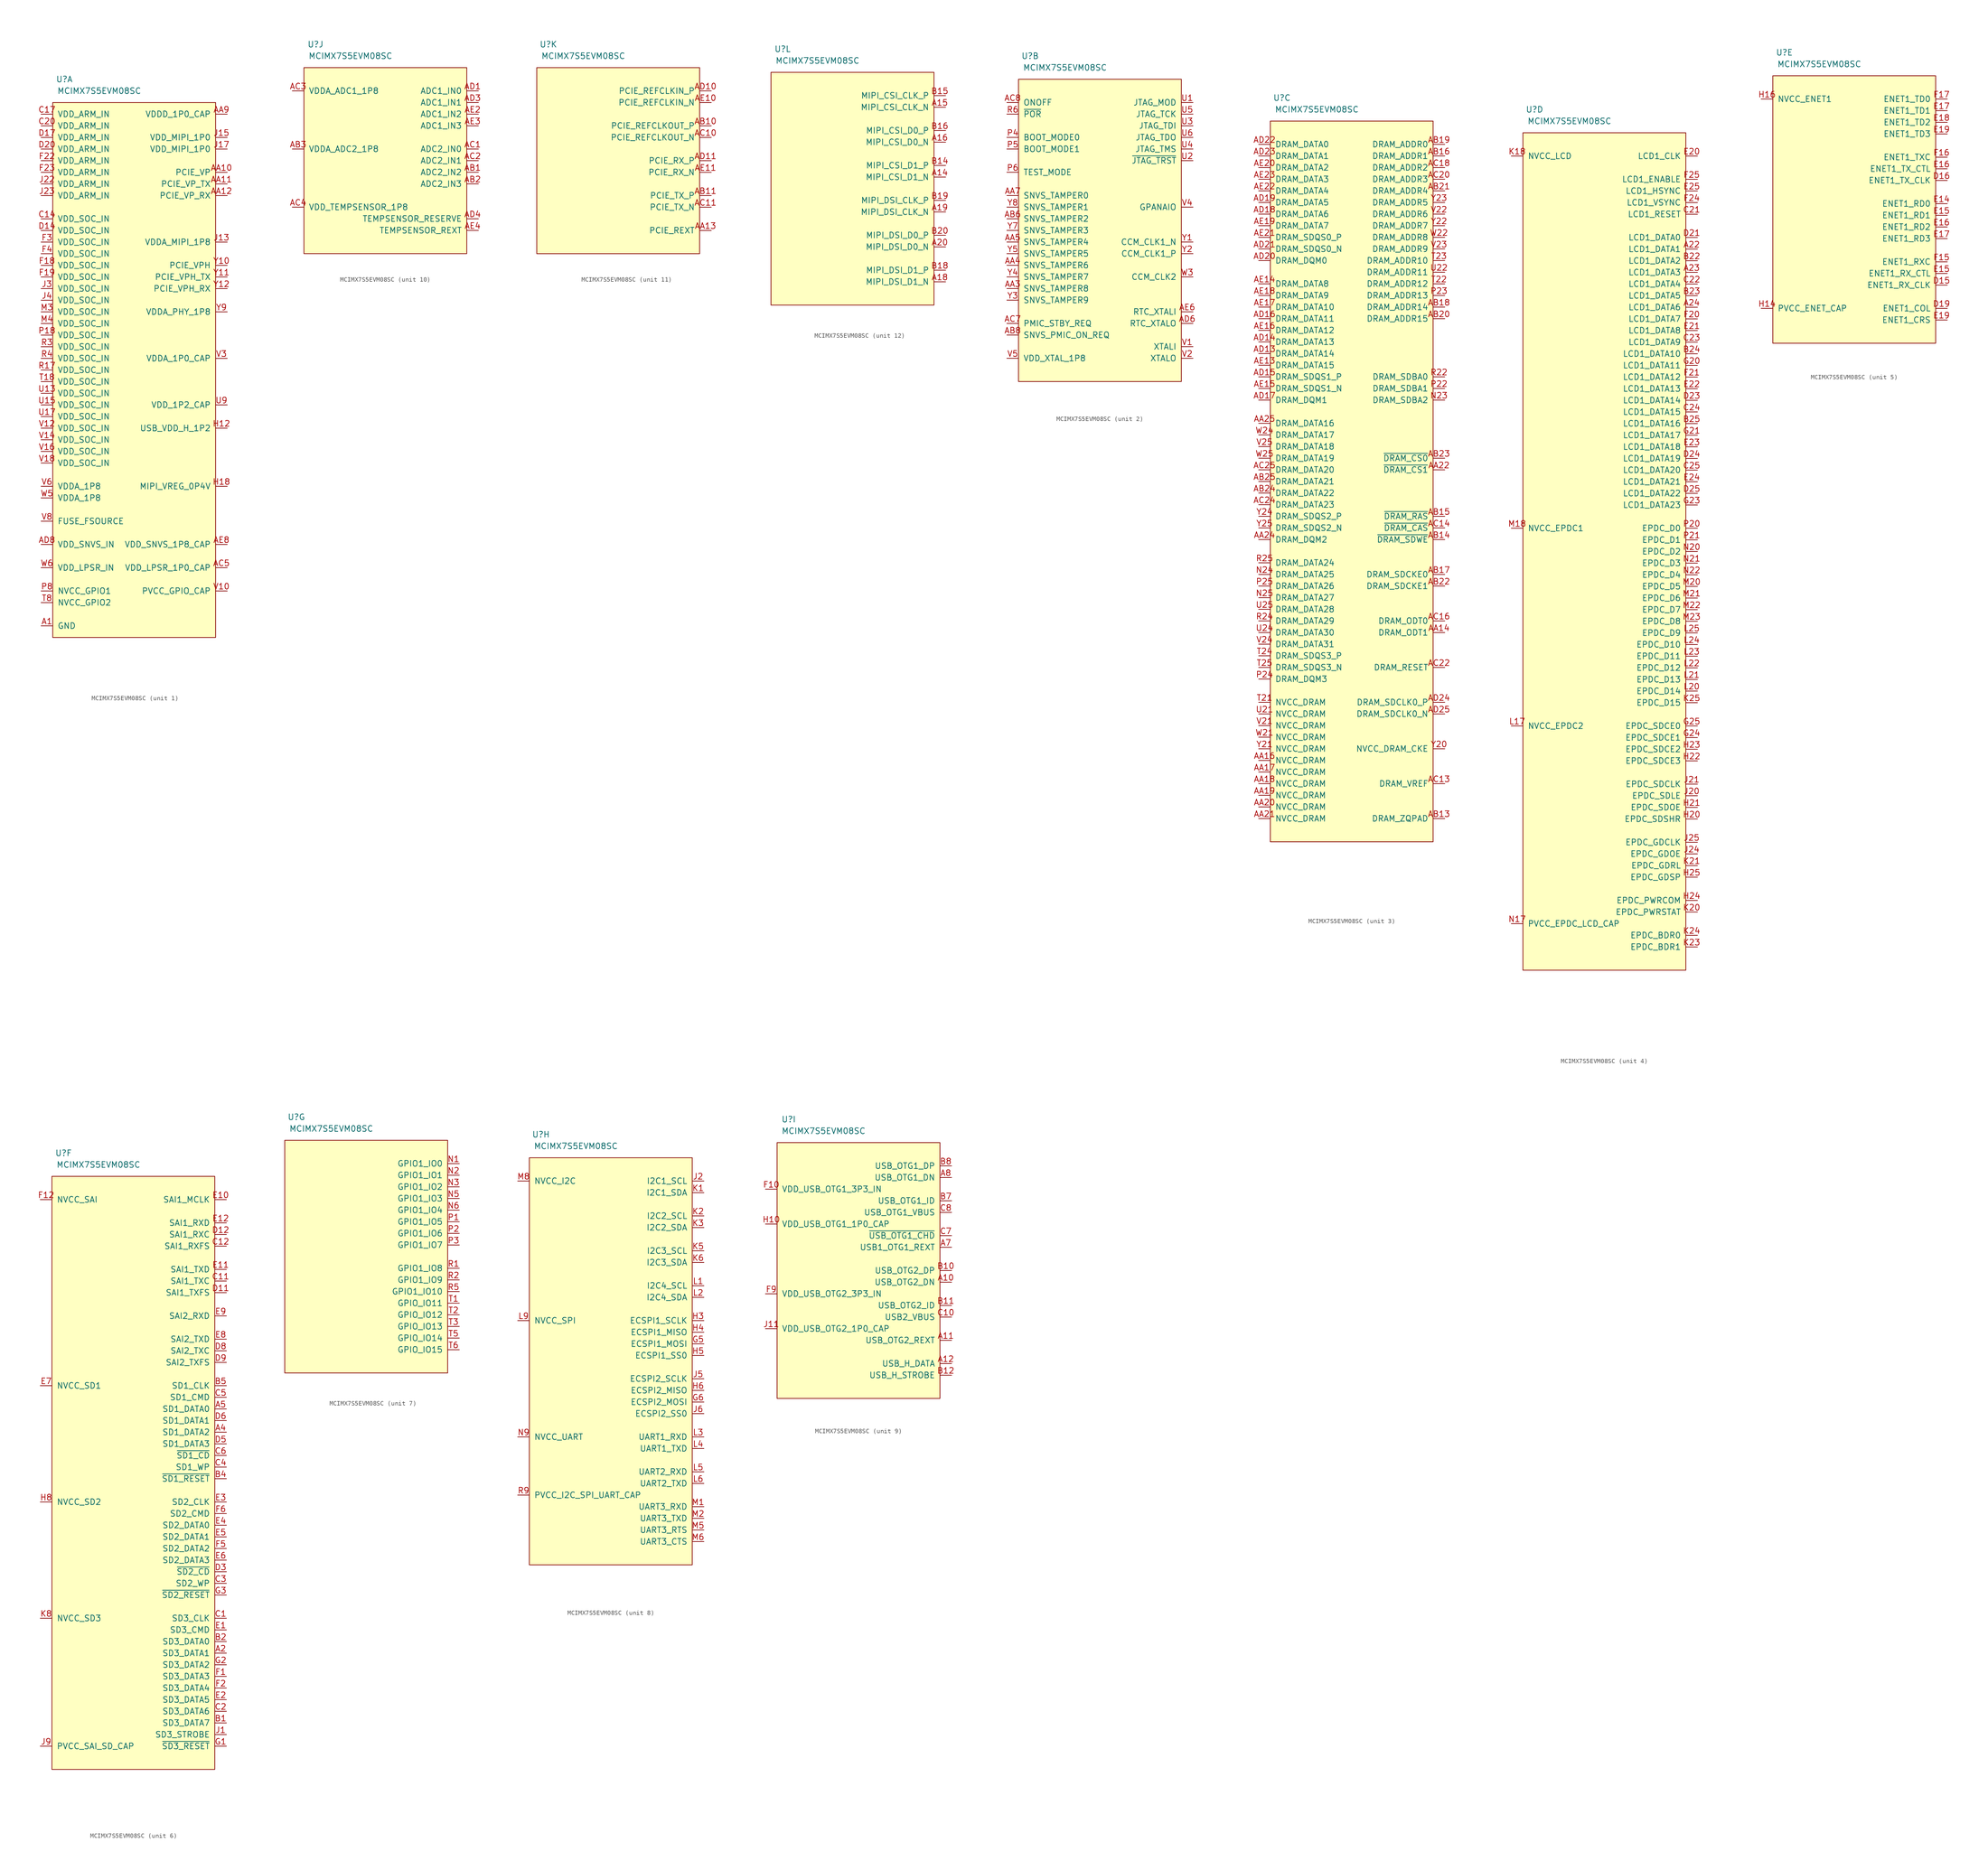
<source format=kicad_sym>
(kicad_symbol_lib
  (version 20201005)
  (generator kicad_symbol_editor)
  (symbol "symbols:MCIMX7S5EVM08SC"
    (pin_names
      (offset 1.016))
    (property "Reference" "U"
      (at -15.24 60.96 0)
      (effects (font (size 1.27 1.27))))
    (property "Value" "MCIMX7S5EVM08SC"
      (at -7.62 58.42 0)
      (effects (font (size 1.27 1.27))))
    (property "ki_locked" ""
      (at 0 0 0)
      (effects (font (size 1.27 1.27))))
    (symbol "MCIMX7S5EVM08SC_1_1"
      (rectangle (start -17.78 55.88) (end 17.78 -60.96) (stroke (width 0)) (fill (type background)))
      (pin passive line (at -20.32 -58.42 0) (length 2.54) (name "GND" (effects (font (size 1.27 1.27)))) (number "A1" (effects (font (size 1.27 1.27)))))
      (pin passive line (at -20.32 -58.42 0) (length 2.54) hide (name "GND" (effects (font (size 1.27 1.27)))) (number "A13" (effects (font (size 1.27 1.27)))))
      (pin passive line (at -20.32 -58.42 0) (length 2.54) hide (name "GND" (effects (font (size 1.27 1.27)))) (number "A17" (effects (font (size 1.27 1.27)))))
      (pin passive line (at -20.32 -58.42 0) (length 2.54) hide (name "GND" (effects (font (size 1.27 1.27)))) (number "A21" (effects (font (size 1.27 1.27)))))
      (pin passive line (at -20.32 -58.42 0) (length 2.54) hide (name "GND" (effects (font (size 1.27 1.27)))) (number "A25" (effects (font (size 1.27 1.27)))))
      (pin passive line (at -20.32 -58.42 0) (length 2.54) hide (name "GND" (effects (font (size 1.27 1.27)))) (number "A3" (effects (font (size 1.27 1.27)))))
      (pin passive line (at -20.32 -58.42 0) (length 2.54) hide (name "GND" (effects (font (size 1.27 1.27)))) (number "A6" (effects (font (size 1.27 1.27)))))
      (pin passive line (at -20.32 -58.42 0) (length 2.54) hide (name "GND" (effects (font (size 1.27 1.27)))) (number "A9" (effects (font (size 1.27 1.27)))))
      (pin passive line (at -20.32 -58.42 0) (length 2.54) hide (name "GND" (effects (font (size 1.27 1.27)))) (number "AA1" (effects (font (size 1.27 1.27)))))
      (pin power_in line (at 20.32 40.64 180) (length 2.54) (name "PCIE_VP" (effects (font (size 1.27 1.27)))) (number "AA10" (effects (font (size 1.27 1.27)))))
      (pin power_in line (at 20.32 38.1 180) (length 2.54) (name "PCIE_VP_TX" (effects (font (size 1.27 1.27)))) (number "AA11" (effects (font (size 1.27 1.27)))))
      (pin power_in line (at 20.32 35.56 180) (length 2.54) (name "PCIE_VP_RX" (effects (font (size 1.27 1.27)))) (number "AA12" (effects (font (size 1.27 1.27)))))
      (pin passive line (at -20.32 -58.42 0) (length 2.54) hide (name "GND" (effects (font (size 1.27 1.27)))) (number "AA15" (effects (font (size 1.27 1.27)))))
      (pin passive line (at -20.32 -58.42 0) (length 2.54) hide (name "GND" (effects (font (size 1.27 1.27)))) (number "AA2" (effects (font (size 1.27 1.27)))))
      (pin passive line (at -20.32 -58.42 0) (length 2.54) hide (name "GND" (effects (font (size 1.27 1.27)))) (number "AA23" (effects (font (size 1.27 1.27)))))
      (pin passive line (at -20.32 -58.42 0) (length 2.54) hide (name "GND" (effects (font (size 1.27 1.27)))) (number "AA6" (effects (font (size 1.27 1.27)))))
      (pin passive line (at -20.32 -58.42 0) (length 2.54) hide (name "GND" (effects (font (size 1.27 1.27)))) (number "AA8" (effects (font (size 1.27 1.27)))))
      (pin power_out line (at 20.32 53.34 180) (length 2.54) (name "VDDD_1P0_CAP" (effects (font (size 1.27 1.27)))) (number "AA9" (effects (font (size 1.27 1.27)))))
      (pin passive line (at -20.32 -58.42 0) (length 2.54) hide (name "GND" (effects (font (size 1.27 1.27)))) (number "AB12" (effects (font (size 1.27 1.27)))))
      (pin passive line (at -20.32 -58.42 0) (length 2.54) hide (name "GND" (effects (font (size 1.27 1.27)))) (number "AB4" (effects (font (size 1.27 1.27)))))
      (pin passive line (at -20.32 -58.42 0) (length 2.54) hide (name "GND" (effects (font (size 1.27 1.27)))) (number "AB5" (effects (font (size 1.27 1.27)))))
      (pin passive line (at -20.32 -58.42 0) (length 2.54) hide (name "GND" (effects (font (size 1.27 1.27)))) (number "AB7" (effects (font (size 1.27 1.27)))))
      (pin passive line (at -20.32 -58.42 0) (length 2.54) hide (name "GND" (effects (font (size 1.27 1.27)))) (number "AB9" (effects (font (size 1.27 1.27)))))
      (pin passive line (at -20.32 -58.42 0) (length 2.54) hide (name "GND" (effects (font (size 1.27 1.27)))) (number "AC12" (effects (font (size 1.27 1.27)))))
      (pin passive line (at -20.32 -58.42 0) (length 2.54) hide (name "GND" (effects (font (size 1.27 1.27)))) (number "AC15" (effects (font (size 1.27 1.27)))))
      (pin passive line (at -20.32 -58.42 0) (length 2.54) hide (name "GND" (effects (font (size 1.27 1.27)))) (number "AC17" (effects (font (size 1.27 1.27)))))
      (pin passive line (at -20.32 -58.42 0) (length 2.54) hide (name "GND" (effects (font (size 1.27 1.27)))) (number "AC19" (effects (font (size 1.27 1.27)))))
      (pin passive line (at -20.32 -58.42 0) (length 2.54) hide (name "GND" (effects (font (size 1.27 1.27)))) (number "AC21" (effects (font (size 1.27 1.27)))))
      (pin passive line (at -20.32 -58.42 0) (length 2.54) hide (name "GND" (effects (font (size 1.27 1.27)))) (number "AC23" (effects (font (size 1.27 1.27)))))
      (pin power_out line (at 20.32 -45.72 180) (length 2.54) (name "VDD_LPSR_1P0_CAP" (effects (font (size 1.27 1.27)))) (number "AC5" (effects (font (size 1.27 1.27)))))
      (pin passive line (at -20.32 -58.42 0) (length 2.54) hide (name "GND" (effects (font (size 1.27 1.27)))) (number "AC6" (effects (font (size 1.27 1.27)))))
      (pin passive line (at -20.32 -58.42 0) (length 2.54) hide (name "GND" (effects (font (size 1.27 1.27)))) (number "AC9" (effects (font (size 1.27 1.27)))))
      (pin passive line (at -20.32 -58.42 0) (length 2.54) hide (name "GND" (effects (font (size 1.27 1.27)))) (number "AD12" (effects (font (size 1.27 1.27)))))
      (pin passive line (at -20.32 -58.42 0) (length 2.54) hide (name "GND" (effects (font (size 1.27 1.27)))) (number "AD2" (effects (font (size 1.27 1.27)))))
      (pin passive line (at -20.32 -58.42 0) (length 2.54) hide (name "GND" (effects (font (size 1.27 1.27)))) (number "AD5" (effects (font (size 1.27 1.27)))))
      (pin passive line (at -20.32 -58.42 0) (length 2.54) hide (name "GND" (effects (font (size 1.27 1.27)))) (number "AD7" (effects (font (size 1.27 1.27)))))
      (pin power_in line (at -20.32 -40.64 0) (length 2.54) (name "VDD_SNVS_IN" (effects (font (size 1.27 1.27)))) (number "AD8" (effects (font (size 1.27 1.27)))))
      (pin passive line (at -20.32 -58.42 0) (length 2.54) hide (name "GND" (effects (font (size 1.27 1.27)))) (number "AD9" (effects (font (size 1.27 1.27)))))
      (pin passive line (at -20.32 -58.42 0) (length 2.54) hide (name "GND" (effects (font (size 1.27 1.27)))) (number "AE1" (effects (font (size 1.27 1.27)))))
      (pin passive line (at -20.32 -58.42 0) (length 2.54) hide (name "GND" (effects (font (size 1.27 1.27)))) (number "AE12" (effects (font (size 1.27 1.27)))))
      (pin passive line (at -20.32 -58.42 0) (length 2.54) hide (name "GND" (effects (font (size 1.27 1.27)))) (number "AE24" (effects (font (size 1.27 1.27)))))
      (pin passive line (at -20.32 -58.42 0) (length 2.54) hide (name "GND" (effects (font (size 1.27 1.27)))) (number "AE25" (effects (font (size 1.27 1.27)))))
      (pin passive line (at -20.32 -58.42 0) (length 2.54) hide (name "GND" (effects (font (size 1.27 1.27)))) (number "AE5" (effects (font (size 1.27 1.27)))))
      (pin passive line (at -20.32 -58.42 0) (length 2.54) hide (name "GND" (effects (font (size 1.27 1.27)))) (number "AE7" (effects (font (size 1.27 1.27)))))
      (pin power_out line (at 20.32 -40.64 180) (length 2.54) (name "VDD_SNVS_1P8_CAP" (effects (font (size 1.27 1.27)))) (number "AE8" (effects (font (size 1.27 1.27)))))
      (pin passive line (at -20.32 -58.42 0) (length 2.54) hide (name "GND" (effects (font (size 1.27 1.27)))) (number "AE9" (effects (font (size 1.27 1.27)))))
      (pin passive line (at -20.32 -58.42 0) (length 2.54) hide (name "GND" (effects (font (size 1.27 1.27)))) (number "B13" (effects (font (size 1.27 1.27)))))
      (pin passive line (at -20.32 -58.42 0) (length 2.54) hide (name "GND" (effects (font (size 1.27 1.27)))) (number "B17" (effects (font (size 1.27 1.27)))))
      (pin passive line (at -20.32 -58.42 0) (length 2.54) hide (name "GND" (effects (font (size 1.27 1.27)))) (number "B21" (effects (font (size 1.27 1.27)))))
      (pin passive line (at -20.32 -58.42 0) (length 2.54) hide (name "GND" (effects (font (size 1.27 1.27)))) (number "B3" (effects (font (size 1.27 1.27)))))
      (pin passive line (at -20.32 -58.42 0) (length 2.54) hide (name "GND" (effects (font (size 1.27 1.27)))) (number "B6" (effects (font (size 1.27 1.27)))))
      (pin passive line (at -20.32 -58.42 0) (length 2.54) hide (name "GND" (effects (font (size 1.27 1.27)))) (number "B9" (effects (font (size 1.27 1.27)))))
      (pin passive line (at -20.32 -58.42 0) (length 2.54) hide (name "GND" (effects (font (size 1.27 1.27)))) (number "C13" (effects (font (size 1.27 1.27)))))
      (pin power_in line (at -20.32 30.48 0) (length 2.54) (name "VDD_SOC_IN" (effects (font (size 1.27 1.27)))) (number "C14" (effects (font (size 1.27 1.27)))))
      (pin passive line (at -20.32 -58.42 0) (length 2.54) hide (name "GND" (effects (font (size 1.27 1.27)))) (number "C15" (effects (font (size 1.27 1.27)))))
      (pin passive line (at -20.32 -58.42 0) (length 2.54) hide (name "GND" (effects (font (size 1.27 1.27)))) (number "C16" (effects (font (size 1.27 1.27)))))
      (pin power_in line (at -20.32 53.34 0) (length 2.54) (name "VDD_ARM_IN" (effects (font (size 1.27 1.27)))) (number "C17" (effects (font (size 1.27 1.27)))))
      (pin passive line (at -20.32 -58.42 0) (length 2.54) hide (name "GND" (effects (font (size 1.27 1.27)))) (number "C18" (effects (font (size 1.27 1.27)))))
      (pin passive line (at -20.32 -58.42 0) (length 2.54) hide (name "GND" (effects (font (size 1.27 1.27)))) (number "C19" (effects (font (size 1.27 1.27)))))
      (pin power_in line (at -20.32 50.8 0) (length 2.54) (name "VDD_ARM_IN" (effects (font (size 1.27 1.27)))) (number "C20" (effects (font (size 1.27 1.27)))))
      (pin passive line (at -20.32 -58.42 0) (length 2.54) hide (name "GND" (effects (font (size 1.27 1.27)))) (number "C9" (effects (font (size 1.27 1.27)))))
      (pin passive line (at -20.32 -58.42 0) (length 2.54) hide (name "GND" (effects (font (size 1.27 1.27)))) (number "D1" (effects (font (size 1.27 1.27)))))
      (pin passive line (at -20.32 -58.42 0) (length 2.54) hide (name "GND" (effects (font (size 1.27 1.27)))) (number "D10" (effects (font (size 1.27 1.27)))))
      (pin power_in line (at -20.32 27.94 0) (length 2.54) (name "VDD_SOC_IN" (effects (font (size 1.27 1.27)))) (number "D14" (effects (font (size 1.27 1.27)))))
      (pin power_in line (at -20.32 48.26 0) (length 2.54) (name "VDD_ARM_IN" (effects (font (size 1.27 1.27)))) (number "D17" (effects (font (size 1.27 1.27)))))
      (pin passive line (at -20.32 -58.42 0) (length 2.54) hide (name "GND" (effects (font (size 1.27 1.27)))) (number "D2" (effects (font (size 1.27 1.27)))))
      (pin power_in line (at -20.32 45.72 0) (length 2.54) (name "VDD_ARM_IN" (effects (font (size 1.27 1.27)))) (number "D20" (effects (font (size 1.27 1.27)))))
      (pin passive line (at -20.32 -58.42 0) (length 2.54) hide (name "GND" (effects (font (size 1.27 1.27)))) (number "D22" (effects (font (size 1.27 1.27)))))
      (pin passive line (at -20.32 -58.42 0) (length 2.54) hide (name "GND" (effects (font (size 1.27 1.27)))) (number "D4" (effects (font (size 1.27 1.27)))))
      (pin passive line (at -20.32 -58.42 0) (length 2.54) hide (name "GND" (effects (font (size 1.27 1.27)))) (number "D7" (effects (font (size 1.27 1.27)))))
      (pin passive line (at -20.32 -58.42 0) (length 2.54) hide (name "GND" (effects (font (size 1.27 1.27)))) (number "F11" (effects (font (size 1.27 1.27)))))
      (pin passive line (at -20.32 -58.42 0) (length 2.54) hide (name "GND" (effects (font (size 1.27 1.27)))) (number "F13" (effects (font (size 1.27 1.27)))))
      (pin power_in line (at -20.32 20.32 0) (length 2.54) (name "VDD_SOC_IN" (effects (font (size 1.27 1.27)))) (number "F18" (effects (font (size 1.27 1.27)))))
      (pin power_in line (at -20.32 17.78 0) (length 2.54) (name "VDD_SOC_IN" (effects (font (size 1.27 1.27)))) (number "F19" (effects (font (size 1.27 1.27)))))
      (pin power_in line (at -20.32 43.18 0) (length 2.54) (name "VDD_ARM_IN" (effects (font (size 1.27 1.27)))) (number "F22" (effects (font (size 1.27 1.27)))))
      (pin power_in line (at -20.32 40.64 0) (length 2.54) (name "VDD_ARM_IN" (effects (font (size 1.27 1.27)))) (number "F23" (effects (font (size 1.27 1.27)))))
      (pin power_in line (at -20.32 25.4 0) (length 2.54) (name "VDD_SOC_IN" (effects (font (size 1.27 1.27)))) (number "F3" (effects (font (size 1.27 1.27)))))
      (pin power_in line (at -20.32 22.86 0) (length 2.54) (name "VDD_SOC_IN" (effects (font (size 1.27 1.27)))) (number "F4" (effects (font (size 1.27 1.27)))))
      (pin passive line (at -20.32 -58.42 0) (length 2.54) hide (name "GND" (effects (font (size 1.27 1.27)))) (number "F7" (effects (font (size 1.27 1.27)))))
      (pin passive line (at -20.32 -58.42 0) (length 2.54) hide (name "GND" (effects (font (size 1.27 1.27)))) (number "F8" (effects (font (size 1.27 1.27)))))
      (pin passive line (at -20.32 -58.42 0) (length 2.54) hide (name "GND" (effects (font (size 1.27 1.27)))) (number "G11" (effects (font (size 1.27 1.27)))))
      (pin passive line (at -20.32 -58.42 0) (length 2.54) hide (name "GND" (effects (font (size 1.27 1.27)))) (number "G13" (effects (font (size 1.27 1.27)))))
      (pin passive line (at -20.32 -58.42 0) (length 2.54) hide (name "GND" (effects (font (size 1.27 1.27)))) (number "G15" (effects (font (size 1.27 1.27)))))
      (pin passive line (at -20.32 -58.42 0) (length 2.54) hide (name "GND" (effects (font (size 1.27 1.27)))) (number "G17" (effects (font (size 1.27 1.27)))))
      (pin passive line (at -20.32 -58.42 0) (length 2.54) hide (name "GND" (effects (font (size 1.27 1.27)))) (number "G19" (effects (font (size 1.27 1.27)))))
      (pin passive line (at -20.32 -58.42 0) (length 2.54) hide (name "GND" (effects (font (size 1.27 1.27)))) (number "G22" (effects (font (size 1.27 1.27)))))
      (pin passive line (at -20.32 -58.42 0) (length 2.54) hide (name "GND" (effects (font (size 1.27 1.27)))) (number "G4" (effects (font (size 1.27 1.27)))))
      (pin passive line (at -20.32 -58.42 0) (length 2.54) hide (name "GND" (effects (font (size 1.27 1.27)))) (number "G7" (effects (font (size 1.27 1.27)))))
      (pin passive line (at -20.32 -58.42 0) (length 2.54) hide (name "GND" (effects (font (size 1.27 1.27)))) (number "G9" (effects (font (size 1.27 1.27)))))
      (pin passive line (at -20.32 -58.42 0) (length 2.54) hide (name "GND" (effects (font (size 1.27 1.27)))) (number "H1" (effects (font (size 1.27 1.27)))))
      (pin power_in line (at 20.32 -15.24 180) (length 2.54) (name "USB_VDD_H_1P2" (effects (font (size 1.27 1.27)))) (number "H12" (effects (font (size 1.27 1.27)))))
      (pin power_out line (at 20.32 -27.94 180) (length 2.54) (name "MIPI_VREG_0P4V" (effects (font (size 1.27 1.27)))) (number "H18" (effects (font (size 1.27 1.27)))))
      (pin passive line (at -20.32 -58.42 0) (length 2.54) hide (name "GND" (effects (font (size 1.27 1.27)))) (number "H2" (effects (font (size 1.27 1.27)))))
      (pin power_in line (at 20.32 25.4 180) (length 2.54) (name "VDDA_MIPI_1P8" (effects (font (size 1.27 1.27)))) (number "J13" (effects (font (size 1.27 1.27)))))
      (pin power_out line (at 20.32 48.26 180) (length 2.54) (name "VDD_MIPI_1P0" (effects (font (size 1.27 1.27)))) (number "J15" (effects (font (size 1.27 1.27)))))
      (pin power_in line (at 20.32 45.72 180) (length 2.54) (name "VDD_MIPI_1P0" (effects (font (size 1.27 1.27)))) (number "J17" (effects (font (size 1.27 1.27)))))
      (pin passive line (at -20.32 -58.42 0) (length 2.54) hide (name "GND" (effects (font (size 1.27 1.27)))) (number "J19" (effects (font (size 1.27 1.27)))))
      (pin power_in line (at -20.32 38.1 0) (length 2.54) (name "VDD_ARM_IN" (effects (font (size 1.27 1.27)))) (number "J22" (effects (font (size 1.27 1.27)))))
      (pin power_in line (at -20.32 35.56 0) (length 2.54) (name "VDD_ARM_IN" (effects (font (size 1.27 1.27)))) (number "J23" (effects (font (size 1.27 1.27)))))
      (pin power_in line (at -20.32 15.24 0) (length 2.54) (name "VDD_SOC_IN" (effects (font (size 1.27 1.27)))) (number "J3" (effects (font (size 1.27 1.27)))))
      (pin power_in line (at -20.32 12.7 0) (length 2.54) (name "VDD_SOC_IN" (effects (font (size 1.27 1.27)))) (number "J4" (effects (font (size 1.27 1.27)))))
      (pin passive line (at -20.32 -58.42 0) (length 2.54) hide (name "GND" (effects (font (size 1.27 1.27)))) (number "J7" (effects (font (size 1.27 1.27)))))
      (pin passive line (at -20.32 -58.42 0) (length 2.54) hide (name "GND" (effects (font (size 1.27 1.27)))) (number "K10" (effects (font (size 1.27 1.27)))))
      (pin passive line (at -20.32 -58.42 0) (length 2.54) hide (name "GND" (effects (font (size 1.27 1.27)))) (number "K12" (effects (font (size 1.27 1.27)))))
      (pin passive line (at -20.32 -58.42 0) (length 2.54) hide (name "GND" (effects (font (size 1.27 1.27)))) (number "K14" (effects (font (size 1.27 1.27)))))
      (pin passive line (at -20.32 -58.42 0) (length 2.54) hide (name "GND" (effects (font (size 1.27 1.27)))) (number "K16" (effects (font (size 1.27 1.27)))))
      (pin passive line (at -20.32 -58.42 0) (length 2.54) hide (name "GND" (effects (font (size 1.27 1.27)))) (number "K22" (effects (font (size 1.27 1.27)))))
      (pin passive line (at -20.32 -58.42 0) (length 2.54) hide (name "GND" (effects (font (size 1.27 1.27)))) (number "K4" (effects (font (size 1.27 1.27)))))
      (pin passive line (at -20.32 -58.42 0) (length 2.54) hide (name "GND" (effects (font (size 1.27 1.27)))) (number "L11" (effects (font (size 1.27 1.27)))))
      (pin passive line (at -20.32 -58.42 0) (length 2.54) hide (name "GND" (effects (font (size 1.27 1.27)))) (number "L13" (effects (font (size 1.27 1.27)))))
      (pin passive line (at -20.32 -58.42 0) (length 2.54) hide (name "GND" (effects (font (size 1.27 1.27)))) (number "L15" (effects (font (size 1.27 1.27)))))
      (pin passive line (at -20.32 -58.42 0) (length 2.54) hide (name "GND" (effects (font (size 1.27 1.27)))) (number "L19" (effects (font (size 1.27 1.27)))))
      (pin passive line (at -20.32 -58.42 0) (length 2.54) hide (name "GND" (effects (font (size 1.27 1.27)))) (number "L7" (effects (font (size 1.27 1.27)))))
      (pin passive line (at -20.32 -58.42 0) (length 2.54) hide (name "GND" (effects (font (size 1.27 1.27)))) (number "M10" (effects (font (size 1.27 1.27)))))
      (pin passive line (at -20.32 -58.42 0) (length 2.54) hide (name "GND" (effects (font (size 1.27 1.27)))) (number "M12" (effects (font (size 1.27 1.27)))))
      (pin passive line (at -20.32 -58.42 0) (length 2.54) hide (name "GND" (effects (font (size 1.27 1.27)))) (number "M14" (effects (font (size 1.27 1.27)))))
      (pin passive line (at -20.32 -58.42 0) (length 2.54) hide (name "GND" (effects (font (size 1.27 1.27)))) (number "M16" (effects (font (size 1.27 1.27)))))
      (pin passive line (at -20.32 -58.42 0) (length 2.54) hide (name "GND" (effects (font (size 1.27 1.27)))) (number "M24" (effects (font (size 1.27 1.27)))))
      (pin passive line (at -20.32 -58.42 0) (length 2.54) hide (name "GND" (effects (font (size 1.27 1.27)))) (number "M25" (effects (font (size 1.27 1.27)))))
      (pin power_in line (at -20.32 10.16 0) (length 2.54) (name "VDD_SOC_IN" (effects (font (size 1.27 1.27)))) (number "M3" (effects (font (size 1.27 1.27)))))
      (pin power_in line (at -20.32 7.62 0) (length 2.54) (name "VDD_SOC_IN" (effects (font (size 1.27 1.27)))) (number "M4" (effects (font (size 1.27 1.27)))))
      (pin passive line (at -20.32 -58.42 0) (length 2.54) hide (name "GND" (effects (font (size 1.27 1.27)))) (number "N11" (effects (font (size 1.27 1.27)))))
      (pin passive line (at -20.32 -58.42 0) (length 2.54) hide (name "GND" (effects (font (size 1.27 1.27)))) (number "N13" (effects (font (size 1.27 1.27)))))
      (pin passive line (at -20.32 -58.42 0) (length 2.54) hide (name "GND" (effects (font (size 1.27 1.27)))) (number "N15" (effects (font (size 1.27 1.27)))))
      (pin passive line (at -20.32 -58.42 0) (length 2.54) hide (name "GND" (effects (font (size 1.27 1.27)))) (number "N19" (effects (font (size 1.27 1.27)))))
      (pin passive line (at -20.32 -58.42 0) (length 2.54) hide (name "GND" (effects (font (size 1.27 1.27)))) (number "N4" (effects (font (size 1.27 1.27)))))
      (pin passive line (at -20.32 -58.42 0) (length 2.54) hide (name "GND" (effects (font (size 1.27 1.27)))) (number "N7" (effects (font (size 1.27 1.27)))))
      (pin passive line (at -20.32 -58.42 0) (length 2.54) hide (name "GND" (effects (font (size 1.27 1.27)))) (number "P10" (effects (font (size 1.27 1.27)))))
      (pin passive line (at -20.32 -58.42 0) (length 2.54) hide (name "GND" (effects (font (size 1.27 1.27)))) (number "P12" (effects (font (size 1.27 1.27)))))
      (pin passive line (at -20.32 -58.42 0) (length 2.54) hide (name "GND" (effects (font (size 1.27 1.27)))) (number "P14" (effects (font (size 1.27 1.27)))))
      (pin passive line (at -20.32 -58.42 0) (length 2.54) hide (name "GND" (effects (font (size 1.27 1.27)))) (number "P16" (effects (font (size 1.27 1.27)))))
      (pin power_in line (at -20.32 5.08 0) (length 2.54) (name "VDD_SOC_IN" (effects (font (size 1.27 1.27)))) (number "P18" (effects (font (size 1.27 1.27)))))
      (pin power_in line (at -20.32 -50.8 0) (length 2.54) (name "NVCC_GPIO1" (effects (font (size 1.27 1.27)))) (number "P8" (effects (font (size 1.27 1.27)))))
      (pin passive line (at -20.32 -58.42 0) (length 2.54) hide (name "GND" (effects (font (size 1.27 1.27)))) (number "R11" (effects (font (size 1.27 1.27)))))
      (pin passive line (at -20.32 -58.42 0) (length 2.54) hide (name "GND" (effects (font (size 1.27 1.27)))) (number "R13" (effects (font (size 1.27 1.27)))))
      (pin passive line (at -20.32 -58.42 0) (length 2.54) hide (name "GND" (effects (font (size 1.27 1.27)))) (number "R15" (effects (font (size 1.27 1.27)))))
      (pin power_in line (at -20.32 -2.54 0) (length 2.54) (name "VDD_SOC_IN" (effects (font (size 1.27 1.27)))) (number "R17" (effects (font (size 1.27 1.27)))))
      (pin passive line (at -20.32 -58.42 0) (length 2.54) hide (name "GND" (effects (font (size 1.27 1.27)))) (number "R19" (effects (font (size 1.27 1.27)))))
      (pin passive line (at -20.32 -58.42 0) (length 2.54) hide (name "GND" (effects (font (size 1.27 1.27)))) (number "R19" (effects (font (size 1.27 1.27)))))
      (pin passive line (at -20.32 -58.42 0) (length 2.54) hide (name "GND" (effects (font (size 1.27 1.27)))) (number "R20" (effects (font (size 1.27 1.27)))))
      (pin passive line (at -20.32 -58.42 0) (length 2.54) hide (name "GND" (effects (font (size 1.27 1.27)))) (number "R21" (effects (font (size 1.27 1.27)))))
      (pin passive line (at -20.32 -58.42 0) (length 2.54) hide (name "GND" (effects (font (size 1.27 1.27)))) (number "R23" (effects (font (size 1.27 1.27)))))
      (pin power_in line (at -20.32 2.54 0) (length 2.54) (name "VDD_SOC_IN" (effects (font (size 1.27 1.27)))) (number "R3" (effects (font (size 1.27 1.27)))))
      (pin power_in line (at -20.32 0 0) (length 2.54) (name "VDD_SOC_IN" (effects (font (size 1.27 1.27)))) (number "R4" (effects (font (size 1.27 1.27)))))
      (pin passive line (at -20.32 -58.42 0) (length 2.54) hide (name "GND" (effects (font (size 1.27 1.27)))) (number "R7" (effects (font (size 1.27 1.27)))))
      (pin passive line (at -20.32 -58.42 0) (length 2.54) hide (name "GND" (effects (font (size 1.27 1.27)))) (number "T10" (effects (font (size 1.27 1.27)))))
      (pin passive line (at -20.32 -58.42 0) (length 2.54) hide (name "GND" (effects (font (size 1.27 1.27)))) (number "T12" (effects (font (size 1.27 1.27)))))
      (pin passive line (at -20.32 -58.42 0) (length 2.54) hide (name "GND" (effects (font (size 1.27 1.27)))) (number "T14" (effects (font (size 1.27 1.27)))))
      (pin passive line (at -20.32 -58.42 0) (length 2.54) hide (name "GND" (effects (font (size 1.27 1.27)))) (number "T16" (effects (font (size 1.27 1.27)))))
      (pin power_in line (at -20.32 -5.08 0) (length 2.54) (name "VDD_SOC_IN" (effects (font (size 1.27 1.27)))) (number "T18" (effects (font (size 1.27 1.27)))))
      (pin passive line (at -20.32 -58.42 0) (length 2.54) hide (name "GND" (effects (font (size 1.27 1.27)))) (number "T20" (effects (font (size 1.27 1.27)))))
      (pin passive line (at -20.32 -58.42 0) (length 2.54) hide (name "GND" (effects (font (size 1.27 1.27)))) (number "T4" (effects (font (size 1.27 1.27)))))
      (pin power_in line (at -20.32 -53.34 0) (length 2.54) (name "NVCC_GPIO2" (effects (font (size 1.27 1.27)))) (number "T8" (effects (font (size 1.27 1.27)))))
      (pin passive line (at -20.32 -58.42 0) (length 2.54) hide (name "GND" (effects (font (size 1.27 1.27)))) (number "U11" (effects (font (size 1.27 1.27)))))
      (pin power_in line (at -20.32 -7.62 0) (length 2.54) (name "VDD_SOC_IN" (effects (font (size 1.27 1.27)))) (number "U13" (effects (font (size 1.27 1.27)))))
      (pin power_in line (at -20.32 -10.16 0) (length 2.54) (name "VDD_SOC_IN" (effects (font (size 1.27 1.27)))) (number "U15" (effects (font (size 1.27 1.27)))))
      (pin power_in line (at -20.32 -12.7 0) (length 2.54) (name "VDD_SOC_IN" (effects (font (size 1.27 1.27)))) (number "U17" (effects (font (size 1.27 1.27)))))
      (pin passive line (at -20.32 -58.42 0) (length 2.54) hide (name "GND" (effects (font (size 1.27 1.27)))) (number "U19" (effects (font (size 1.27 1.27)))))
      (pin passive line (at -20.32 -58.42 0) (length 2.54) hide (name "GND" (effects (font (size 1.27 1.27)))) (number "U20" (effects (font (size 1.27 1.27)))))
      (pin passive line (at -20.32 -58.42 0) (length 2.54) hide (name "GND" (effects (font (size 1.27 1.27)))) (number "U23" (effects (font (size 1.27 1.27)))))
      (pin passive line (at -20.32 -58.42 0) (length 2.54) hide (name "GND" (effects (font (size 1.27 1.27)))) (number "U7" (effects (font (size 1.27 1.27)))))
      (pin power_out line (at 20.32 -10.16 180) (length 2.54) (name "VDD_1P2_CAP" (effects (font (size 1.27 1.27)))) (number "U9" (effects (font (size 1.27 1.27)))))
      (pin power_out line (at 20.32 -50.8 180) (length 2.54) (name "PVCC_GPIO_CAP" (effects (font (size 1.27 1.27)))) (number "V10" (effects (font (size 1.27 1.27)))))
      (pin power_in line (at -20.32 -15.24 0) (length 2.54) (name "VDD_SOC_IN" (effects (font (size 1.27 1.27)))) (number "V12" (effects (font (size 1.27 1.27)))))
      (pin power_in line (at -20.32 -17.78 0) (length 2.54) (name "VDD_SOC_IN" (effects (font (size 1.27 1.27)))) (number "V14" (effects (font (size 1.27 1.27)))))
      (pin power_in line (at -20.32 -20.32 0) (length 2.54) (name "VDD_SOC_IN" (effects (font (size 1.27 1.27)))) (number "V16" (effects (font (size 1.27 1.27)))))
      (pin power_in line (at -20.32 -22.86 0) (length 2.54) (name "VDD_SOC_IN" (effects (font (size 1.27 1.27)))) (number "V18" (effects (font (size 1.27 1.27)))))
      (pin passive line (at -20.32 -58.42 0) (length 2.54) hide (name "GND" (effects (font (size 1.27 1.27)))) (number "V20" (effects (font (size 1.27 1.27)))))
      (pin power_out line (at 20.32 0 180) (length 2.54) (name "VDDA_1P0_CAP" (effects (font (size 1.27 1.27)))) (number "V3" (effects (font (size 1.27 1.27)))))
      (pin power_in line (at -20.32 -27.94 0) (length 2.54) (name "VDDA_1P8" (effects (font (size 1.27 1.27)))) (number "V6" (effects (font (size 1.27 1.27)))))
      (pin power_in line (at -20.32 -35.56 0) (length 2.54) (name "FUSE_FSOURCE" (effects (font (size 1.27 1.27)))) (number "V8" (effects (font (size 1.27 1.27)))))
      (pin passive line (at -20.32 -58.42 0) (length 2.54) hide (name "GND" (effects (font (size 1.27 1.27)))) (number "W1" (effects (font (size 1.27 1.27)))))
      (pin passive line (at -20.32 -58.42 0) (length 2.54) hide (name "GND" (effects (font (size 1.27 1.27)))) (number "W11" (effects (font (size 1.27 1.27)))))
      (pin passive line (at -20.32 -58.42 0) (length 2.54) hide (name "GND" (effects (font (size 1.27 1.27)))) (number "W13" (effects (font (size 1.27 1.27)))))
      (pin passive line (at -20.32 -58.42 0) (length 2.54) hide (name "GND" (effects (font (size 1.27 1.27)))) (number "W15" (effects (font (size 1.27 1.27)))))
      (pin passive line (at -20.32 -58.42 0) (length 2.54) hide (name "GND" (effects (font (size 1.27 1.27)))) (number "W17" (effects (font (size 1.27 1.27)))))
      (pin passive line (at -20.32 -58.42 0) (length 2.54) hide (name "GND" (effects (font (size 1.27 1.27)))) (number "W19" (effects (font (size 1.27 1.27)))))
      (pin passive line (at -20.32 -58.42 0) (length 2.54) hide (name "GND" (effects (font (size 1.27 1.27)))) (number "W2" (effects (font (size 1.27 1.27)))))
      (pin passive line (at -20.32 -58.42 0) (length 2.54) hide (name "GND" (effects (font (size 1.27 1.27)))) (number "W20" (effects (font (size 1.27 1.27)))))
      (pin passive line (at -20.32 -58.42 0) (length 2.54) hide (name "GND" (effects (font (size 1.27 1.27)))) (number "W23" (effects (font (size 1.27 1.27)))))
      (pin passive line (at -20.32 -58.42 0) (length 2.54) hide (name "GND" (effects (font (size 1.27 1.27)))) (number "W4" (effects (font (size 1.27 1.27)))))
      (pin power_in line (at -20.32 -30.48 0) (length 2.54) (name "VDDA_1P8" (effects (font (size 1.27 1.27)))) (number "W5" (effects (font (size 1.27 1.27)))))
      (pin power_in line (at -20.32 -45.72 0) (length 2.54) (name "VDD_LPSR_IN" (effects (font (size 1.27 1.27)))) (number "W6" (effects (font (size 1.27 1.27)))))
      (pin passive line (at -20.32 -58.42 0) (length 2.54) hide (name "GND" (effects (font (size 1.27 1.27)))) (number "W7" (effects (font (size 1.27 1.27)))))
      (pin passive line (at -20.32 -58.42 0) (length 2.54) hide (name "GND" (effects (font (size 1.27 1.27)))) (number "W9" (effects (font (size 1.27 1.27)))))
      (pin power_in line (at 20.32 20.32 180) (length 2.54) (name "PCIE_VPH" (effects (font (size 1.27 1.27)))) (number "Y10" (effects (font (size 1.27 1.27)))))
      (pin power_in line (at 20.32 17.78 180) (length 2.54) (name "PCIE_VPH_TX" (effects (font (size 1.27 1.27)))) (number "Y11" (effects (font (size 1.27 1.27)))))
      (pin power_in line (at 20.32 15.24 180) (length 2.54) (name "PCIE_VPH_RX" (effects (font (size 1.27 1.27)))) (number "Y12" (effects (font (size 1.27 1.27)))))
      (pin passive line (at -20.32 -58.42 0) (length 2.54) hide (name "GND" (effects (font (size 1.27 1.27)))) (number "Y13" (effects (font (size 1.27 1.27)))))
      (pin passive line (at -20.32 -58.42 0) (length 2.54) hide (name "GND" (effects (font (size 1.27 1.27)))) (number "Y14" (effects (font (size 1.27 1.27)))))
      (pin passive line (at -20.32 -58.42 0) (length 2.54) hide (name "GND" (effects (font (size 1.27 1.27)))) (number "Y15" (effects (font (size 1.27 1.27)))))
      (pin passive line (at -20.32 -58.42 0) (length 2.54) hide (name "GND" (effects (font (size 1.27 1.27)))) (number "Y16" (effects (font (size 1.27 1.27)))))
      (pin passive line (at -20.32 -58.42 0) (length 2.54) hide (name "GND" (effects (font (size 1.27 1.27)))) (number "Y17" (effects (font (size 1.27 1.27)))))
      (pin passive line (at -20.32 -58.42 0) (length 2.54) hide (name "GND" (effects (font (size 1.27 1.27)))) (number "Y18" (effects (font (size 1.27 1.27)))))
      (pin passive line (at -20.32 -58.42 0) (length 2.54) hide (name "GND" (effects (font (size 1.27 1.27)))) (number "Y19" (effects (font (size 1.27 1.27)))))
      (pin passive line (at -20.32 -58.42 0) (length 2.54) hide (name "GND" (effects (font (size 1.27 1.27)))) (number "Y6" (effects (font (size 1.27 1.27)))))
      (pin power_out line (at 20.32 10.16 180) (length 2.54) (name "VDDA_PHY_1P8" (effects (font (size 1.27 1.27)))) (number "Y9" (effects (font (size 1.27 1.27))))))
    (symbol "MCIMX7S5EVM08SC_2_1"
      (rectangle (start -17.78 55.88) (end 17.78 -10.16) (stroke (width 0)) (fill (type background)))
      (pin input line (at -20.32 10.16 0) (length 2.54) (name "SNVS_TAMPER8" (effects (font (size 1.27 1.27)))) (number "AA3" (effects (font (size 1.27 1.27)))))
      (pin input line (at -20.32 15.24 0) (length 2.54) (name "SNVS_TAMPER6" (effects (font (size 1.27 1.27)))) (number "AA4" (effects (font (size 1.27 1.27)))))
      (pin input line (at -20.32 20.32 0) (length 2.54) (name "SNVS_TAMPER4" (effects (font (size 1.27 1.27)))) (number "AA5" (effects (font (size 1.27 1.27)))))
      (pin input line (at -20.32 30.48 0) (length 2.54) (name "SNVS_TAMPER0" (effects (font (size 1.27 1.27)))) (number "AA7" (effects (font (size 1.27 1.27)))))
      (pin input line (at -20.32 25.4 0) (length 2.54) (name "SNVS_TAMPER2" (effects (font (size 1.27 1.27)))) (number "AB6" (effects (font (size 1.27 1.27)))))
      (pin output line (at -20.32 0 0) (length 2.54) (name "SNVS_PMIC_ON_REQ" (effects (font (size 1.27 1.27)))) (number "AB8" (effects (font (size 1.27 1.27)))))
      (pin output line (at -20.32 2.54 0) (length 2.54) (name "PMIC_STBY_REQ" (effects (font (size 1.27 1.27)))) (number "AC7" (effects (font (size 1.27 1.27)))))
      (pin input line (at -20.32 50.8 0) (length 2.54) (name "ONOFF" (effects (font (size 1.27 1.27)))) (number "AC8" (effects (font (size 1.27 1.27)))))
      (pin output line (at 20.32 2.54 180) (length 2.54) (name "RTC_XTALO" (effects (font (size 1.27 1.27)))) (number "AD6" (effects (font (size 1.27 1.27)))))
      (pin input line (at 20.32 5.08 180) (length 2.54) (name "RTC_XTALI" (effects (font (size 1.27 1.27)))) (number "AE6" (effects (font (size 1.27 1.27)))))
      (pin input line (at -20.32 43.18 0) (length 2.54) (name "BOOT_MODE0" (effects (font (size 1.27 1.27)))) (number "P4" (effects (font (size 1.27 1.27)))))
      (pin input line (at -20.32 40.64 0) (length 2.54) (name "BOOT_MODE1" (effects (font (size 1.27 1.27)))) (number "P5" (effects (font (size 1.27 1.27)))))
      (pin input line (at -20.32 35.56 0) (length 2.54) (name "TEST_MODE" (effects (font (size 1.27 1.27)))) (number "P6" (effects (font (size 1.27 1.27)))))
      (pin input line (at -20.32 48.26 0) (length 2.54) (name "~POR" (effects (font (size 1.27 1.27)))) (number "R6" (effects (font (size 1.27 1.27)))))
      (pin input line (at 20.32 50.8 180) (length 2.54) (name "JTAG_MOD" (effects (font (size 1.27 1.27)))) (number "U1" (effects (font (size 1.27 1.27)))))
      (pin input line (at 20.32 38.1 180) (length 2.54) (name "~JTAG_TRST" (effects (font (size 1.27 1.27)))) (number "U2" (effects (font (size 1.27 1.27)))))
      (pin input line (at 20.32 45.72 180) (length 2.54) (name "JTAG_TDI" (effects (font (size 1.27 1.27)))) (number "U3" (effects (font (size 1.27 1.27)))))
      (pin input line (at 20.32 40.64 180) (length 2.54) (name "JTAG_TMS" (effects (font (size 1.27 1.27)))) (number "U4" (effects (font (size 1.27 1.27)))))
      (pin input line (at 20.32 48.26 180) (length 2.54) (name "JTAG_TCK" (effects (font (size 1.27 1.27)))) (number "U5" (effects (font (size 1.27 1.27)))))
      (pin output line (at 20.32 43.18 180) (length 2.54) (name "JTAG_TDO" (effects (font (size 1.27 1.27)))) (number "U6" (effects (font (size 1.27 1.27)))))
      (pin input line (at 20.32 -2.54 180) (length 2.54) (name "XTALI" (effects (font (size 1.27 1.27)))) (number "V1" (effects (font (size 1.27 1.27)))))
      (pin output line (at 20.32 -5.08 180) (length 2.54) (name "XTALO" (effects (font (size 1.27 1.27)))) (number "V2" (effects (font (size 1.27 1.27)))))
      (pin output line (at 20.32 27.94 180) (length 2.54) (name "GPANAIO" (effects (font (size 1.27 1.27)))) (number "V4" (effects (font (size 1.27 1.27)))))
      (pin power_in line (at -20.32 -5.08 0) (length 2.54) (name "VDD_XTAL_1P8" (effects (font (size 1.27 1.27)))) (number "V5" (effects (font (size 1.27 1.27)))))
      (pin output line (at 20.32 12.7 180) (length 2.54) (name "CCM_CLK2" (effects (font (size 1.27 1.27)))) (number "W3" (effects (font (size 1.27 1.27)))))
      (pin output line (at 20.32 20.32 180) (length 2.54) (name "CCM_CLK1_N" (effects (font (size 1.27 1.27)))) (number "Y1" (effects (font (size 1.27 1.27)))))
      (pin output line (at 20.32 17.78 180) (length 2.54) (name "CCM_CLK1_P" (effects (font (size 1.27 1.27)))) (number "Y2" (effects (font (size 1.27 1.27)))))
      (pin input line (at -20.32 7.62 0) (length 2.54) (name "SNVS_TAMPER9" (effects (font (size 1.27 1.27)))) (number "Y3" (effects (font (size 1.27 1.27)))))
      (pin input line (at -20.32 12.7 0) (length 2.54) (name "SNVS_TAMPER7" (effects (font (size 1.27 1.27)))) (number "Y4" (effects (font (size 1.27 1.27)))))
      (pin input line (at -20.32 17.78 0) (length 2.54) (name "SNVS_TAMPER5" (effects (font (size 1.27 1.27)))) (number "Y5" (effects (font (size 1.27 1.27)))))
      (pin input line (at -20.32 22.86 0) (length 2.54) (name "SNVS_TAMPER3" (effects (font (size 1.27 1.27)))) (number "Y7" (effects (font (size 1.27 1.27)))))
      (pin input line (at -20.32 27.94 0) (length 2.54) (name "SNVS_TAMPER1" (effects (font (size 1.27 1.27)))) (number "Y8" (effects (font (size 1.27 1.27))))))
    (symbol "MCIMX7S5EVM08SC_3_1"
      (rectangle (start -17.78 55.88) (end 17.78 -101.6) (stroke (width 0)) (fill (type background)))
      (pin output line (at 20.32 -55.88 180) (length 2.54) (name "DRAM_ODT1" (effects (font (size 1.27 1.27)))) (number "AA14" (effects (font (size 1.27 1.27)))))
      (pin bidirectional line (at -20.32 -83.82 0) (length 2.54) (name "NVCC_DRAM" (effects (font (size 1.27 1.27)))) (number "AA16" (effects (font (size 1.27 1.27)))))
      (pin bidirectional line (at -20.32 -86.36 0) (length 2.54) (name "NVCC_DRAM" (effects (font (size 1.27 1.27)))) (number "AA17" (effects (font (size 1.27 1.27)))))
      (pin bidirectional line (at -20.32 -88.9 0) (length 2.54) (name "NVCC_DRAM" (effects (font (size 1.27 1.27)))) (number "AA18" (effects (font (size 1.27 1.27)))))
      (pin bidirectional line (at -20.32 -91.44 0) (length 2.54) (name "NVCC_DRAM" (effects (font (size 1.27 1.27)))) (number "AA19" (effects (font (size 1.27 1.27)))))
      (pin bidirectional line (at -20.32 -93.98 0) (length 2.54) (name "NVCC_DRAM" (effects (font (size 1.27 1.27)))) (number "AA20" (effects (font (size 1.27 1.27)))))
      (pin bidirectional line (at -20.32 -96.52 0) (length 2.54) (name "NVCC_DRAM" (effects (font (size 1.27 1.27)))) (number "AA21" (effects (font (size 1.27 1.27)))))
      (pin output line (at 20.32 -20.32 180) (length 2.54) (name "~DRAM_CS1" (effects (font (size 1.27 1.27)))) (number "AA22" (effects (font (size 1.27 1.27)))))
      (pin bidirectional line (at -20.32 -35.56 0) (length 2.54) (name "DRAM_DQM2" (effects (font (size 1.27 1.27)))) (number "AA24" (effects (font (size 1.27 1.27)))))
      (pin bidirectional line (at -20.32 -10.16 0) (length 2.54) (name "DRAM_DATA16" (effects (font (size 1.27 1.27)))) (number "AA25" (effects (font (size 1.27 1.27)))))
      (pin output line (at 20.32 -96.52 180) (length 2.54) (name "DRAM_ZQPAD" (effects (font (size 1.27 1.27)))) (number "AB13" (effects (font (size 1.27 1.27)))))
      (pin output line (at 20.32 -35.56 180) (length 2.54) (name "~DRAM_SDWE" (effects (font (size 1.27 1.27)))) (number "AB14" (effects (font (size 1.27 1.27)))))
      (pin output line (at 20.32 -30.48 180) (length 2.54) (name "~DRAM_RAS" (effects (font (size 1.27 1.27)))) (number "AB15" (effects (font (size 1.27 1.27)))))
      (pin output line (at 20.32 48.26 180) (length 2.54) (name "DRAM_ADDR1" (effects (font (size 1.27 1.27)))) (number "AB16" (effects (font (size 1.27 1.27)))))
      (pin output line (at 20.32 -43.18 180) (length 2.54) (name "DRAM_SDCKE0" (effects (font (size 1.27 1.27)))) (number "AB17" (effects (font (size 1.27 1.27)))))
      (pin output line (at 20.32 15.24 180) (length 2.54) (name "DRAM_ADDR14" (effects (font (size 1.27 1.27)))) (number "AB18" (effects (font (size 1.27 1.27)))))
      (pin output line (at 20.32 50.8 180) (length 2.54) (name "DRAM_ADDR0" (effects (font (size 1.27 1.27)))) (number "AB19" (effects (font (size 1.27 1.27)))))
      (pin output line (at 20.32 12.7 180) (length 2.54) (name "DRAM_ADDR15" (effects (font (size 1.27 1.27)))) (number "AB20" (effects (font (size 1.27 1.27)))))
      (pin output line (at 20.32 40.64 180) (length 2.54) (name "DRAM_ADDR4" (effects (font (size 1.27 1.27)))) (number "AB21" (effects (font (size 1.27 1.27)))))
      (pin output line (at 20.32 -45.72 180) (length 2.54) (name "DRAM_SDCKE1" (effects (font (size 1.27 1.27)))) (number "AB22" (effects (font (size 1.27 1.27)))))
      (pin output line (at 20.32 -17.78 180) (length 2.54) (name "~DRAM_CS0" (effects (font (size 1.27 1.27)))) (number "AB23" (effects (font (size 1.27 1.27)))))
      (pin bidirectional line (at -20.32 -25.4 0) (length 2.54) (name "DRAM_DATA22" (effects (font (size 1.27 1.27)))) (number "AB24" (effects (font (size 1.27 1.27)))))
      (pin bidirectional line (at -20.32 -22.86 0) (length 2.54) (name "DRAM_DATA21" (effects (font (size 1.27 1.27)))) (number "AB25" (effects (font (size 1.27 1.27)))))
      (pin power_in line (at 20.32 -88.9 180) (length 2.54) (name "DRAM_VREF" (effects (font (size 1.27 1.27)))) (number "AC13" (effects (font (size 1.27 1.27)))))
      (pin output line (at 20.32 -33.02 180) (length 2.54) (name "~DRAM_CAS" (effects (font (size 1.27 1.27)))) (number "AC14" (effects (font (size 1.27 1.27)))))
      (pin output line (at 20.32 -53.34 180) (length 2.54) (name "DRAM_ODT0" (effects (font (size 1.27 1.27)))) (number "AC16" (effects (font (size 1.27 1.27)))))
      (pin output line (at 20.32 45.72 180) (length 2.54) (name "DRAM_ADDR2" (effects (font (size 1.27 1.27)))) (number "AC18" (effects (font (size 1.27 1.27)))))
      (pin output line (at 20.32 43.18 180) (length 2.54) (name "DRAM_ADDR3" (effects (font (size 1.27 1.27)))) (number "AC20" (effects (font (size 1.27 1.27)))))
      (pin output line (at 20.32 -63.5 180) (length 2.54) (name "DRAM_RESET" (effects (font (size 1.27 1.27)))) (number "AC22" (effects (font (size 1.27 1.27)))))
      (pin bidirectional line (at -20.32 -27.94 0) (length 2.54) (name "DRAM_DATA23" (effects (font (size 1.27 1.27)))) (number "AC24" (effects (font (size 1.27 1.27)))))
      (pin bidirectional line (at -20.32 -20.32 0) (length 2.54) (name "DRAM_DATA20" (effects (font (size 1.27 1.27)))) (number "AC25" (effects (font (size 1.27 1.27)))))
      (pin bidirectional line (at -20.32 5.08 0) (length 2.54) (name "DRAM_DATA14" (effects (font (size 1.27 1.27)))) (number "AD13" (effects (font (size 1.27 1.27)))))
      (pin bidirectional line (at -20.32 7.62 0) (length 2.54) (name "DRAM_DATA13" (effects (font (size 1.27 1.27)))) (number "AD14" (effects (font (size 1.27 1.27)))))
      (pin bidirectional line (at -20.32 0 0) (length 2.54) (name "DRAM_SDQS1_P" (effects (font (size 1.27 1.27)))) (number "AD15" (effects (font (size 1.27 1.27)))))
      (pin bidirectional line (at -20.32 12.7 0) (length 2.54) (name "DRAM_DATA11" (effects (font (size 1.27 1.27)))) (number "AD16" (effects (font (size 1.27 1.27)))))
      (pin bidirectional line (at -20.32 -5.08 0) (length 2.54) (name "DRAM_DQM1" (effects (font (size 1.27 1.27)))) (number "AD17" (effects (font (size 1.27 1.27)))))
      (pin bidirectional line (at -20.32 35.56 0) (length 2.54) (name "DRAM_DATA6" (effects (font (size 1.27 1.27)))) (number "AD18" (effects (font (size 1.27 1.27)))))
      (pin bidirectional line (at -20.32 38.1 0) (length 2.54) (name "DRAM_DATA5" (effects (font (size 1.27 1.27)))) (number "AD19" (effects (font (size 1.27 1.27)))))
      (pin bidirectional line (at -20.32 25.4 0) (length 2.54) (name "DRAM_DQM0" (effects (font (size 1.27 1.27)))) (number "AD20" (effects (font (size 1.27 1.27)))))
      (pin bidirectional line (at -20.32 27.94 0) (length 2.54) (name "DRAM_SDQS0_N" (effects (font (size 1.27 1.27)))) (number "AD21" (effects (font (size 1.27 1.27)))))
      (pin bidirectional line (at -20.32 50.8 0) (length 2.54) (name "DRAM_DATA0" (effects (font (size 1.27 1.27)))) (number "AD22" (effects (font (size 1.27 1.27)))))
      (pin bidirectional line (at -20.32 48.26 0) (length 2.54) (name "DRAM_DATA1" (effects (font (size 1.27 1.27)))) (number "AD23" (effects (font (size 1.27 1.27)))))
      (pin output line (at 20.32 -71.12 180) (length 2.54) (name "DRAM_SDCLK0_P" (effects (font (size 1.27 1.27)))) (number "AD24" (effects (font (size 1.27 1.27)))))
      (pin output line (at 20.32 -73.66 180) (length 2.54) (name "DRAM_SDCLK0_N" (effects (font (size 1.27 1.27)))) (number "AD25" (effects (font (size 1.27 1.27)))))
      (pin bidirectional line (at -20.32 2.54 0) (length 2.54) (name "DRAM_DATA15" (effects (font (size 1.27 1.27)))) (number "AE13" (effects (font (size 1.27 1.27)))))
      (pin bidirectional line (at -20.32 20.32 0) (length 2.54) (name "DRAM_DATA8" (effects (font (size 1.27 1.27)))) (number "AE14" (effects (font (size 1.27 1.27)))))
      (pin bidirectional line (at -20.32 -2.54 0) (length 2.54) (name "DRAM_SDQS1_N" (effects (font (size 1.27 1.27)))) (number "AE15" (effects (font (size 1.27 1.27)))))
      (pin bidirectional line (at -20.32 10.16 0) (length 2.54) (name "DRAM_DATA12" (effects (font (size 1.27 1.27)))) (number "AE16" (effects (font (size 1.27 1.27)))))
      (pin bidirectional line (at -20.32 15.24 0) (length 2.54) (name "DRAM_DATA10" (effects (font (size 1.27 1.27)))) (number "AE17" (effects (font (size 1.27 1.27)))))
      (pin bidirectional line (at -20.32 17.78 0) (length 2.54) (name "DRAM_DATA9" (effects (font (size 1.27 1.27)))) (number "AE18" (effects (font (size 1.27 1.27)))))
      (pin bidirectional line (at -20.32 33.02 0) (length 2.54) (name "DRAM_DATA7" (effects (font (size 1.27 1.27)))) (number "AE19" (effects (font (size 1.27 1.27)))))
      (pin bidirectional line (at -20.32 45.72 0) (length 2.54) (name "DRAM_DATA2" (effects (font (size 1.27 1.27)))) (number "AE20" (effects (font (size 1.27 1.27)))))
      (pin bidirectional line (at -20.32 30.48 0) (length 2.54) (name "DRAM_SDQS0_P" (effects (font (size 1.27 1.27)))) (number "AE21" (effects (font (size 1.27 1.27)))))
      (pin bidirectional line (at -20.32 40.64 0) (length 2.54) (name "DRAM_DATA4" (effects (font (size 1.27 1.27)))) (number "AE22" (effects (font (size 1.27 1.27)))))
      (pin bidirectional line (at -20.32 43.18 0) (length 2.54) (name "DRAM_DATA3" (effects (font (size 1.27 1.27)))) (number "AE23" (effects (font (size 1.27 1.27)))))
      (pin output line (at 20.32 -5.08 180) (length 2.54) (name "DRAM_SDBA2" (effects (font (size 1.27 1.27)))) (number "N23" (effects (font (size 1.27 1.27)))))
      (pin bidirectional line (at -20.32 -43.18 0) (length 2.54) (name "DRAM_DATA25" (effects (font (size 1.27 1.27)))) (number "N24" (effects (font (size 1.27 1.27)))))
      (pin bidirectional line (at -20.32 -48.26 0) (length 2.54) (name "DRAM_DATA27" (effects (font (size 1.27 1.27)))) (number "N25" (effects (font (size 1.27 1.27)))))
      (pin output line (at 20.32 -2.54 180) (length 2.54) (name "DRAM_SDBA1" (effects (font (size 1.27 1.27)))) (number "P22" (effects (font (size 1.27 1.27)))))
      (pin output line (at 20.32 17.78 180) (length 2.54) (name "DRAM_ADDR13" (effects (font (size 1.27 1.27)))) (number "P23" (effects (font (size 1.27 1.27)))))
      (pin bidirectional line (at -20.32 -66.04 0) (length 2.54) (name "DRAM_DQM3" (effects (font (size 1.27 1.27)))) (number "P24" (effects (font (size 1.27 1.27)))))
      (pin bidirectional line (at -20.32 -45.72 0) (length 2.54) (name "DRAM_DATA26" (effects (font (size 1.27 1.27)))) (number "P25" (effects (font (size 1.27 1.27)))))
      (pin output line (at 20.32 0 180) (length 2.54) (name "DRAM_SDBA0" (effects (font (size 1.27 1.27)))) (number "R22" (effects (font (size 1.27 1.27)))))
      (pin bidirectional line (at -20.32 -53.34 0) (length 2.54) (name "DRAM_DATA29" (effects (font (size 1.27 1.27)))) (number "R24" (effects (font (size 1.27 1.27)))))
      (pin bidirectional line (at -20.32 -40.64 0) (length 2.54) (name "DRAM_DATA24" (effects (font (size 1.27 1.27)))) (number "R25" (effects (font (size 1.27 1.27)))))
      (pin bidirectional line (at -20.32 -71.12 0) (length 2.54) (name "NVCC_DRAM" (effects (font (size 1.27 1.27)))) (number "T21" (effects (font (size 1.27 1.27)))))
      (pin output line (at 20.32 20.32 180) (length 2.54) (name "DRAM_ADDR12" (effects (font (size 1.27 1.27)))) (number "T22" (effects (font (size 1.27 1.27)))))
      (pin output line (at 20.32 25.4 180) (length 2.54) (name "DRAM_ADDR10" (effects (font (size 1.27 1.27)))) (number "T23" (effects (font (size 1.27 1.27)))))
      (pin bidirectional line (at -20.32 -60.96 0) (length 2.54) (name "DRAM_SDQS3_P" (effects (font (size 1.27 1.27)))) (number "T24" (effects (font (size 1.27 1.27)))))
      (pin bidirectional line (at -20.32 -63.5 0) (length 2.54) (name "DRAM_SDQS3_N" (effects (font (size 1.27 1.27)))) (number "T25" (effects (font (size 1.27 1.27)))))
      (pin bidirectional line (at -20.32 -73.66 0) (length 2.54) (name "NVCC_DRAM" (effects (font (size 1.27 1.27)))) (number "U21" (effects (font (size 1.27 1.27)))))
      (pin output line (at 20.32 22.86 180) (length 2.54) (name "DRAM_ADDR11" (effects (font (size 1.27 1.27)))) (number "U22" (effects (font (size 1.27 1.27)))))
      (pin bidirectional line (at -20.32 -55.88 0) (length 2.54) (name "DRAM_DATA30" (effects (font (size 1.27 1.27)))) (number "U24" (effects (font (size 1.27 1.27)))))
      (pin bidirectional line (at -20.32 -50.8 0) (length 2.54) (name "DRAM_DATA28" (effects (font (size 1.27 1.27)))) (number "U25" (effects (font (size 1.27 1.27)))))
      (pin bidirectional line (at -20.32 -76.2 0) (length 2.54) (name "NVCC_DRAM" (effects (font (size 1.27 1.27)))) (number "V21" (effects (font (size 1.27 1.27)))))
      (pin output line (at 20.32 35.56 180) (length 2.54) (name "DRAM_ADDR6" (effects (font (size 1.27 1.27)))) (number "V22" (effects (font (size 1.27 1.27)))))
      (pin output line (at 20.32 27.94 180) (length 2.54) (name "DRAM_ADDR9" (effects (font (size 1.27 1.27)))) (number "V23" (effects (font (size 1.27 1.27)))))
      (pin bidirectional line (at -20.32 -58.42 0) (length 2.54) (name "DRAM_DATA31" (effects (font (size 1.27 1.27)))) (number "V24" (effects (font (size 1.27 1.27)))))
      (pin bidirectional line (at -20.32 -15.24 0) (length 2.54) (name "DRAM_DATA18" (effects (font (size 1.27 1.27)))) (number "V25" (effects (font (size 1.27 1.27)))))
      (pin bidirectional line (at -20.32 -78.74 0) (length 2.54) (name "NVCC_DRAM" (effects (font (size 1.27 1.27)))) (number "W21" (effects (font (size 1.27 1.27)))))
      (pin output line (at 20.32 30.48 180) (length 2.54) (name "DRAM_ADDR8" (effects (font (size 1.27 1.27)))) (number "W22" (effects (font (size 1.27 1.27)))))
      (pin bidirectional line (at -20.32 -12.7 0) (length 2.54) (name "DRAM_DATA17" (effects (font (size 1.27 1.27)))) (number "W24" (effects (font (size 1.27 1.27)))))
      (pin bidirectional line (at -20.32 -17.78 0) (length 2.54) (name "DRAM_DATA19" (effects (font (size 1.27 1.27)))) (number "W25" (effects (font (size 1.27 1.27)))))
      (pin power_in line (at 20.32 -81.28 180) (length 2.54) (name "NVCC_DRAM_CKE" (effects (font (size 1.27 1.27)))) (number "Y20" (effects (font (size 1.27 1.27)))))
      (pin bidirectional line (at -20.32 -81.28 0) (length 2.54) (name "NVCC_DRAM" (effects (font (size 1.27 1.27)))) (number "Y21" (effects (font (size 1.27 1.27)))))
      (pin output line (at 20.32 33.02 180) (length 2.54) (name "DRAM_ADDR7" (effects (font (size 1.27 1.27)))) (number "Y22" (effects (font (size 1.27 1.27)))))
      (pin output line (at 20.32 38.1 180) (length 2.54) (name "DRAM_ADDR5" (effects (font (size 1.27 1.27)))) (number "Y23" (effects (font (size 1.27 1.27)))))
      (pin bidirectional line (at -20.32 -30.48 0) (length 2.54) (name "DRAM_SDQS2_P" (effects (font (size 1.27 1.27)))) (number "Y24" (effects (font (size 1.27 1.27)))))
      (pin bidirectional line (at -20.32 -33.02 0) (length 2.54) (name "DRAM_SDQS2_N" (effects (font (size 1.27 1.27)))) (number "Y25" (effects (font (size 1.27 1.27))))))
    (symbol "MCIMX7S5EVM08SC_4_1"
      (rectangle (start -17.78 55.88) (end 17.78 -127) (stroke (width 0)) (fill (type background)))
      (pin output line (at 20.32 30.48 180) (length 2.54) (name "LCD1_DATA1" (effects (font (size 1.27 1.27)))) (number "A22" (effects (font (size 1.27 1.27)))))
      (pin output line (at 20.32 25.4 180) (length 2.54) (name "LCD1_DATA3" (effects (font (size 1.27 1.27)))) (number "A23" (effects (font (size 1.27 1.27)))))
      (pin output line (at 20.32 17.78 180) (length 2.54) (name "LCD1_DATA6" (effects (font (size 1.27 1.27)))) (number "A24" (effects (font (size 1.27 1.27)))))
      (pin output line (at 20.32 27.94 180) (length 2.54) (name "LCD1_DATA2" (effects (font (size 1.27 1.27)))) (number "B22" (effects (font (size 1.27 1.27)))))
      (pin output line (at 20.32 20.32 180) (length 2.54) (name "LCD1_DATA5" (effects (font (size 1.27 1.27)))) (number "B23" (effects (font (size 1.27 1.27)))))
      (pin output line (at 20.32 7.62 180) (length 2.54) (name "LCD1_DATA10" (effects (font (size 1.27 1.27)))) (number "B24" (effects (font (size 1.27 1.27)))))
      (pin output line (at 20.32 -7.62 180) (length 2.54) (name "LCD1_DATA16" (effects (font (size 1.27 1.27)))) (number "B25" (effects (font (size 1.27 1.27)))))
      (pin output line (at 20.32 38.1 180) (length 2.54) (name "LCD1_RESET" (effects (font (size 1.27 1.27)))) (number "C21" (effects (font (size 1.27 1.27)))))
      (pin output line (at 20.32 22.86 180) (length 2.54) (name "LCD1_DATA4" (effects (font (size 1.27 1.27)))) (number "C22" (effects (font (size 1.27 1.27)))))
      (pin output line (at 20.32 10.16 180) (length 2.54) (name "LCD1_DATA9" (effects (font (size 1.27 1.27)))) (number "C23" (effects (font (size 1.27 1.27)))))
      (pin output line (at 20.32 -5.08 180) (length 2.54) (name "LCD1_DATA15" (effects (font (size 1.27 1.27)))) (number "C24" (effects (font (size 1.27 1.27)))))
      (pin output line (at 20.32 -17.78 180) (length 2.54) (name "LCD1_DATA20" (effects (font (size 1.27 1.27)))) (number "C25" (effects (font (size 1.27 1.27)))))
      (pin output line (at 20.32 33.02 180) (length 2.54) (name "LCD1_DATA0" (effects (font (size 1.27 1.27)))) (number "D21" (effects (font (size 1.27 1.27)))))
      (pin output line (at 20.32 -2.54 180) (length 2.54) (name "LCD1_DATA14" (effects (font (size 1.27 1.27)))) (number "D23" (effects (font (size 1.27 1.27)))))
      (pin output line (at 20.32 -15.24 180) (length 2.54) (name "LCD1_DATA19" (effects (font (size 1.27 1.27)))) (number "D24" (effects (font (size 1.27 1.27)))))
      (pin output line (at 20.32 -22.86 180) (length 2.54) (name "LCD1_DATA22" (effects (font (size 1.27 1.27)))) (number "D25" (effects (font (size 1.27 1.27)))))
      (pin output line (at 20.32 50.8 180) (length 2.54) (name "LCD1_CLK" (effects (font (size 1.27 1.27)))) (number "E20" (effects (font (size 1.27 1.27)))))
      (pin output line (at 20.32 12.7 180) (length 2.54) (name "LCD1_DATA8" (effects (font (size 1.27 1.27)))) (number "E21" (effects (font (size 1.27 1.27)))))
      (pin output line (at 20.32 0 180) (length 2.54) (name "LCD1_DATA13" (effects (font (size 1.27 1.27)))) (number "E22" (effects (font (size 1.27 1.27)))))
      (pin output line (at 20.32 -12.7 180) (length 2.54) (name "LCD1_DATA18" (effects (font (size 1.27 1.27)))) (number "E23" (effects (font (size 1.27 1.27)))))
      (pin output line (at 20.32 -20.32 180) (length 2.54) (name "LCD1_DATA21" (effects (font (size 1.27 1.27)))) (number "E24" (effects (font (size 1.27 1.27)))))
      (pin output line (at 20.32 43.18 180) (length 2.54) (name "LCD1_HSYNC" (effects (font (size 1.27 1.27)))) (number "E25" (effects (font (size 1.27 1.27)))))
      (pin output line (at 20.32 15.24 180) (length 2.54) (name "LCD1_DATA7" (effects (font (size 1.27 1.27)))) (number "F20" (effects (font (size 1.27 1.27)))))
      (pin output line (at 20.32 2.54 180) (length 2.54) (name "LCD1_DATA12" (effects (font (size 1.27 1.27)))) (number "F21" (effects (font (size 1.27 1.27)))))
      (pin output line (at 20.32 40.64 180) (length 2.54) (name "LCD1_VSYNC" (effects (font (size 1.27 1.27)))) (number "F24" (effects (font (size 1.27 1.27)))))
      (pin output line (at 20.32 45.72 180) (length 2.54) (name "LCD1_ENABLE" (effects (font (size 1.27 1.27)))) (number "F25" (effects (font (size 1.27 1.27)))))
      (pin output line (at 20.32 5.08 180) (length 2.54) (name "LCD1_DATA11" (effects (font (size 1.27 1.27)))) (number "G20" (effects (font (size 1.27 1.27)))))
      (pin output line (at 20.32 -10.16 180) (length 2.54) (name "LCD1_DATA17" (effects (font (size 1.27 1.27)))) (number "G21" (effects (font (size 1.27 1.27)))))
      (pin output line (at 20.32 -25.4 180) (length 2.54) (name "LCD1_DATA23" (effects (font (size 1.27 1.27)))) (number "G23" (effects (font (size 1.27 1.27)))))
      (pin output line (at 20.32 -76.2 180) (length 2.54) (name "EPDC_SDCE1" (effects (font (size 1.27 1.27)))) (number "G24" (effects (font (size 1.27 1.27)))))
      (pin output line (at 20.32 -73.66 180) (length 2.54) (name "EPDC_SDCE0" (effects (font (size 1.27 1.27)))) (number "G25" (effects (font (size 1.27 1.27)))))
      (pin output line (at 20.32 -93.98 180) (length 2.54) (name "EPDC_SDSHR" (effects (font (size 1.27 1.27)))) (number "H20" (effects (font (size 1.27 1.27)))))
      (pin output line (at 20.32 -91.44 180) (length 2.54) (name "EPDC_SDOE" (effects (font (size 1.27 1.27)))) (number "H21" (effects (font (size 1.27 1.27)))))
      (pin output line (at 20.32 -81.28 180) (length 2.54) (name "EPDC_SDCE3" (effects (font (size 1.27 1.27)))) (number "H22" (effects (font (size 1.27 1.27)))))
      (pin output line (at 20.32 -78.74 180) (length 2.54) (name "EPDC_SDCE2" (effects (font (size 1.27 1.27)))) (number "H23" (effects (font (size 1.27 1.27)))))
      (pin output line (at 20.32 -111.76 180) (length 2.54) (name "EPDC_PWRCOM" (effects (font (size 1.27 1.27)))) (number "H24" (effects (font (size 1.27 1.27)))))
      (pin output line (at 20.32 -106.68 180) (length 2.54) (name "EPDC_GDSP" (effects (font (size 1.27 1.27)))) (number "H25" (effects (font (size 1.27 1.27)))))
      (pin output line (at 20.32 -88.9 180) (length 2.54) (name "EPDC_SDLE" (effects (font (size 1.27 1.27)))) (number "J20" (effects (font (size 1.27 1.27)))))
      (pin output line (at 20.32 -86.36 180) (length 2.54) (name "EPDC_SDCLK" (effects (font (size 1.27 1.27)))) (number "J21" (effects (font (size 1.27 1.27)))))
      (pin output line (at 20.32 -101.6 180) (length 2.54) (name "EPDC_GDOE" (effects (font (size 1.27 1.27)))) (number "J24" (effects (font (size 1.27 1.27)))))
      (pin output line (at 20.32 -99.06 180) (length 2.54) (name "EPDC_GDCLK" (effects (font (size 1.27 1.27)))) (number "J25" (effects (font (size 1.27 1.27)))))
      (pin power_in line (at -20.32 50.8 0) (length 2.54) (name "NVCC_LCD" (effects (font (size 1.27 1.27)))) (number "K18" (effects (font (size 1.27 1.27)))))
      (pin output line (at 20.32 -114.3 180) (length 2.54) (name "EPDC_PWRSTAT" (effects (font (size 1.27 1.27)))) (number "K20" (effects (font (size 1.27 1.27)))))
      (pin output line (at 20.32 -104.14 180) (length 2.54) (name "EPDC_GDRL" (effects (font (size 1.27 1.27)))) (number "K21" (effects (font (size 1.27 1.27)))))
      (pin output line (at 20.32 -121.92 180) (length 2.54) (name "EPDC_BDR1" (effects (font (size 1.27 1.27)))) (number "K23" (effects (font (size 1.27 1.27)))))
      (pin output line (at 20.32 -119.38 180) (length 2.54) (name "EPDC_BDR0" (effects (font (size 1.27 1.27)))) (number "K24" (effects (font (size 1.27 1.27)))))
      (pin output line (at 20.32 -68.58 180) (length 2.54) (name "EPDC_D15" (effects (font (size 1.27 1.27)))) (number "K25" (effects (font (size 1.27 1.27)))))
      (pin power_in line (at -20.32 -73.66 0) (length 2.54) (name "NVCC_EPDC2" (effects (font (size 1.27 1.27)))) (number "L17" (effects (font (size 1.27 1.27)))))
      (pin output line (at 20.32 -66.04 180) (length 2.54) (name "EPDC_D14" (effects (font (size 1.27 1.27)))) (number "L20" (effects (font (size 1.27 1.27)))))
      (pin output line (at 20.32 -63.5 180) (length 2.54) (name "EPDC_D13" (effects (font (size 1.27 1.27)))) (number "L21" (effects (font (size 1.27 1.27)))))
      (pin output line (at 20.32 -60.96 180) (length 2.54) (name "EPDC_D12" (effects (font (size 1.27 1.27)))) (number "L22" (effects (font (size 1.27 1.27)))))
      (pin output line (at 20.32 -58.42 180) (length 2.54) (name "EPDC_D11" (effects (font (size 1.27 1.27)))) (number "L23" (effects (font (size 1.27 1.27)))))
      (pin output line (at 20.32 -55.88 180) (length 2.54) (name "EPDC_D10" (effects (font (size 1.27 1.27)))) (number "L24" (effects (font (size 1.27 1.27)))))
      (pin output line (at 20.32 -53.34 180) (length 2.54) (name "EPDC_D9" (effects (font (size 1.27 1.27)))) (number "L25" (effects (font (size 1.27 1.27)))))
      (pin power_in line (at -20.32 -30.48 0) (length 2.54) (name "NVCC_EPDC1" (effects (font (size 1.27 1.27)))) (number "M18" (effects (font (size 1.27 1.27)))))
      (pin output line (at 20.32 -43.18 180) (length 2.54) (name "EPDC_D5" (effects (font (size 1.27 1.27)))) (number "M20" (effects (font (size 1.27 1.27)))))
      (pin output line (at 20.32 -45.72 180) (length 2.54) (name "EPDC_D6" (effects (font (size 1.27 1.27)))) (number "M21" (effects (font (size 1.27 1.27)))))
      (pin output line (at 20.32 -48.26 180) (length 2.54) (name "EPDC_D7" (effects (font (size 1.27 1.27)))) (number "M22" (effects (font (size 1.27 1.27)))))
      (pin output line (at 20.32 -50.8 180) (length 2.54) (name "EPDC_D8" (effects (font (size 1.27 1.27)))) (number "M23" (effects (font (size 1.27 1.27)))))
      (pin power_out line (at -20.32 -116.84 0) (length 2.54) (name "PVCC_EPDC_LCD_CAP" (effects (font (size 1.27 1.27)))) (number "N17" (effects (font (size 1.27 1.27)))))
      (pin output line (at 20.32 -35.56 180) (length 2.54) (name "EPDC_D2" (effects (font (size 1.27 1.27)))) (number "N20" (effects (font (size 1.27 1.27)))))
      (pin output line (at 20.32 -38.1 180) (length 2.54) (name "EPDC_D3" (effects (font (size 1.27 1.27)))) (number "N21" (effects (font (size 1.27 1.27)))))
      (pin output line (at 20.32 -40.64 180) (length 2.54) (name "EPDC_D4" (effects (font (size 1.27 1.27)))) (number "N22" (effects (font (size 1.27 1.27)))))
      (pin output line (at 20.32 -30.48 180) (length 2.54) (name "EPDC_D0" (effects (font (size 1.27 1.27)))) (number "P20" (effects (font (size 1.27 1.27)))))
      (pin output line (at 20.32 -33.02 180) (length 2.54) (name "EPDC_D1" (effects (font (size 1.27 1.27)))) (number "P21" (effects (font (size 1.27 1.27))))))
    (symbol "MCIMX7S5EVM08SC_5_1"
      (rectangle (start -17.78 55.88) (end 17.78 -2.54) (stroke (width 0)) (fill (type background)))
      (pin input line (at 20.32 10.16 180) (length 2.54) (name "ENET1_RX_CLK" (effects (font (size 1.27 1.27)))) (number "D15" (effects (font (size 1.27 1.27)))))
      (pin input line (at 20.32 33.02 180) (length 2.54) (name "ENET1_TX_CLK" (effects (font (size 1.27 1.27)))) (number "D16" (effects (font (size 1.27 1.27)))))
      (pin input line (at 20.32 5.08 180) (length 2.54) (name "ENET1_COL" (effects (font (size 1.27 1.27)))) (number "D19" (effects (font (size 1.27 1.27)))))
      (pin input line (at 20.32 27.94 180) (length 2.54) (name "ENET1_RD0" (effects (font (size 1.27 1.27)))) (number "E14" (effects (font (size 1.27 1.27)))))
      (pin input line (at 20.32 25.4 180) (length 2.54) (name "ENET1_RD1" (effects (font (size 1.27 1.27)))) (number "E15" (effects (font (size 1.27 1.27)))))
      (pin input line (at 20.32 12.7 180) (length 2.54) (name "ENET1_RX_CTL" (effects (font (size 1.27 1.27)))) (number "E15" (effects (font (size 1.27 1.27)))))
      (pin input line (at 20.32 22.86 180) (length 2.54) (name "ENET1_RD2" (effects (font (size 1.27 1.27)))) (number "E16" (effects (font (size 1.27 1.27)))))
      (pin output line (at 20.32 35.56 180) (length 2.54) (name "ENET1_TX_CTL" (effects (font (size 1.27 1.27)))) (number "E16" (effects (font (size 1.27 1.27)))))
      (pin input line (at 20.32 20.32 180) (length 2.54) (name "ENET1_RD3" (effects (font (size 1.27 1.27)))) (number "E17" (effects (font (size 1.27 1.27)))))
      (pin output line (at 20.32 48.26 180) (length 2.54) (name "ENET1_TD1" (effects (font (size 1.27 1.27)))) (number "E17" (effects (font (size 1.27 1.27)))))
      (pin output line (at 20.32 45.72 180) (length 2.54) (name "ENET1_TD2" (effects (font (size 1.27 1.27)))) (number "E18" (effects (font (size 1.27 1.27)))))
      (pin input line (at 20.32 2.54 180) (length 2.54) (name "ENET1_CRS" (effects (font (size 1.27 1.27)))) (number "E19" (effects (font (size 1.27 1.27)))))
      (pin output line (at 20.32 43.18 180) (length 2.54) (name "ENET1_TD3" (effects (font (size 1.27 1.27)))) (number "E19" (effects (font (size 1.27 1.27)))))
      (pin input line (at 20.32 15.24 180) (length 2.54) (name "ENET1_RXC" (effects (font (size 1.27 1.27)))) (number "F15" (effects (font (size 1.27 1.27)))))
      (pin output line (at 20.32 38.1 180) (length 2.54) (name "ENET1_TXC" (effects (font (size 1.27 1.27)))) (number "F16" (effects (font (size 1.27 1.27)))))
      (pin power_out line (at 20.32 50.8 180) (length 2.54) (name "ENET1_TD0" (effects (font (size 1.27 1.27)))) (number "F17" (effects (font (size 1.27 1.27)))))
      (pin power_in line (at -20.32 5.08 0) (length 2.54) (name "PVCC_ENET_CAP" (effects (font (size 1.27 1.27)))) (number "H14" (effects (font (size 1.27 1.27)))))
      (pin power_in line (at -20.32 50.8 0) (length 2.54) (name "NVCC_ENET1" (effects (font (size 1.27 1.27)))) (number "H16" (effects (font (size 1.27 1.27))))))
    (symbol "MCIMX7S5EVM08SC_6_1"
      (rectangle (start -17.78 55.88) (end 17.78 -73.66) (stroke (width 0)) (fill (type background)))
      (pin bidirectional line (at 20.32 -48.26 180) (length 2.54) (name "SD3_DATA1" (effects (font (size 1.27 1.27)))) (number "A2" (effects (font (size 1.27 1.27)))))
      (pin bidirectional line (at 20.32 0 180) (length 2.54) (name "SD1_DATA2" (effects (font (size 1.27 1.27)))) (number "A4" (effects (font (size 1.27 1.27)))))
      (pin bidirectional line (at 20.32 5.08 180) (length 2.54) (name "SD1_DATA0" (effects (font (size 1.27 1.27)))) (number "A5" (effects (font (size 1.27 1.27)))))
      (pin bidirectional line (at 20.32 -63.5 180) (length 2.54) (name "SD3_DATA7" (effects (font (size 1.27 1.27)))) (number "B1" (effects (font (size 1.27 1.27)))))
      (pin bidirectional line (at 20.32 -45.72 180) (length 2.54) (name "SD3_DATA0" (effects (font (size 1.27 1.27)))) (number "B2" (effects (font (size 1.27 1.27)))))
      (pin output line (at 20.32 -10.16 180) (length 2.54) (name "~SD1_RESET" (effects (font (size 1.27 1.27)))) (number "B4" (effects (font (size 1.27 1.27)))))
      (pin output line (at 20.32 10.16 180) (length 2.54) (name "SD1_CLK" (effects (font (size 1.27 1.27)))) (number "B5" (effects (font (size 1.27 1.27)))))
      (pin output line (at 20.32 -40.64 180) (length 2.54) (name "SD3_CLK" (effects (font (size 1.27 1.27)))) (number "C1" (effects (font (size 1.27 1.27)))))
      (pin output line (at 20.32 33.02 180) (length 2.54) (name "SAI1_TXC" (effects (font (size 1.27 1.27)))) (number "C11" (effects (font (size 1.27 1.27)))))
      (pin input line (at 20.32 40.64 180) (length 2.54) (name "SAI1_RXFS" (effects (font (size 1.27 1.27)))) (number "C12" (effects (font (size 1.27 1.27)))))
      (pin bidirectional line (at 20.32 -60.96 180) (length 2.54) (name "SD3_DATA6" (effects (font (size 1.27 1.27)))) (number "C2" (effects (font (size 1.27 1.27)))))
      (pin input line (at 20.32 -33.02 180) (length 2.54) (name "SD2_WP" (effects (font (size 1.27 1.27)))) (number "C3" (effects (font (size 1.27 1.27)))))
      (pin input line (at 20.32 -7.62 180) (length 2.54) (name "SD1_WP" (effects (font (size 1.27 1.27)))) (number "C4" (effects (font (size 1.27 1.27)))))
      (pin bidirectional line (at 20.32 7.62 180) (length 2.54) (name "SD1_CMD" (effects (font (size 1.27 1.27)))) (number "C5" (effects (font (size 1.27 1.27)))))
      (pin input line (at 20.32 -5.08 180) (length 2.54) (name "~SD1_CD" (effects (font (size 1.27 1.27)))) (number "C6" (effects (font (size 1.27 1.27)))))
      (pin output line (at 20.32 30.48 180) (length 2.54) (name "SAI1_TXFS" (effects (font (size 1.27 1.27)))) (number "D11" (effects (font (size 1.27 1.27)))))
      (pin input line (at 20.32 43.18 180) (length 2.54) (name "SAI1_RXC" (effects (font (size 1.27 1.27)))) (number "D12" (effects (font (size 1.27 1.27)))))
      (pin input line (at 20.32 -30.48 180) (length 2.54) (name "~SD2_CD" (effects (font (size 1.27 1.27)))) (number "D3" (effects (font (size 1.27 1.27)))))
      (pin bidirectional line (at 20.32 -2.54 180) (length 2.54) (name "SD1_DATA3" (effects (font (size 1.27 1.27)))) (number "D5" (effects (font (size 1.27 1.27)))))
      (pin bidirectional line (at 20.32 2.54 180) (length 2.54) (name "SD1_DATA1" (effects (font (size 1.27 1.27)))) (number "D6" (effects (font (size 1.27 1.27)))))
      (pin output line (at 20.32 17.78 180) (length 2.54) (name "SAI2_TXC" (effects (font (size 1.27 1.27)))) (number "D8" (effects (font (size 1.27 1.27)))))
      (pin output line (at 20.32 15.24 180) (length 2.54) (name "SAI2_TXFS" (effects (font (size 1.27 1.27)))) (number "D9" (effects (font (size 1.27 1.27)))))
      (pin bidirectional line (at 20.32 -43.18 180) (length 2.54) (name "SD3_CMD" (effects (font (size 1.27 1.27)))) (number "E1" (effects (font (size 1.27 1.27)))))
      (pin bidirectional line (at 20.32 50.8 180) (length 2.54) (name "SAI1_MCLK" (effects (font (size 1.27 1.27)))) (number "E10" (effects (font (size 1.27 1.27)))))
      (pin output line (at 20.32 35.56 180) (length 2.54) (name "SAI1_TXD" (effects (font (size 1.27 1.27)))) (number "E11" (effects (font (size 1.27 1.27)))))
      (pin input line (at 20.32 45.72 180) (length 2.54) (name "SAI1_RXD" (effects (font (size 1.27 1.27)))) (number "E12" (effects (font (size 1.27 1.27)))))
      (pin bidirectional line (at 20.32 -58.42 180) (length 2.54) (name "SD3_DATA5" (effects (font (size 1.27 1.27)))) (number "E2" (effects (font (size 1.27 1.27)))))
      (pin output line (at 20.32 -15.24 180) (length 2.54) (name "SD2_CLK" (effects (font (size 1.27 1.27)))) (number "E3" (effects (font (size 1.27 1.27)))))
      (pin bidirectional line (at 20.32 -20.32 180) (length 2.54) (name "SD2_DATA0" (effects (font (size 1.27 1.27)))) (number "E4" (effects (font (size 1.27 1.27)))))
      (pin bidirectional line (at 20.32 -22.86 180) (length 2.54) (name "SD2_DATA1" (effects (font (size 1.27 1.27)))) (number "E5" (effects (font (size 1.27 1.27)))))
      (pin bidirectional line (at 20.32 -27.94 180) (length 2.54) (name "SD2_DATA3" (effects (font (size 1.27 1.27)))) (number "E6" (effects (font (size 1.27 1.27)))))
      (pin power_in line (at -20.32 10.16 0) (length 2.54) (name "NVCC_SD1" (effects (font (size 1.27 1.27)))) (number "E7" (effects (font (size 1.27 1.27)))))
      (pin output line (at 20.32 20.32 180) (length 2.54) (name "SAI2_TXD" (effects (font (size 1.27 1.27)))) (number "E8" (effects (font (size 1.27 1.27)))))
      (pin input line (at 20.32 25.4 180) (length 2.54) (name "SAI2_RXD" (effects (font (size 1.27 1.27)))) (number "E9" (effects (font (size 1.27 1.27)))))
      (pin bidirectional line (at 20.32 -53.34 180) (length 2.54) (name "SD3_DATA3" (effects (font (size 1.27 1.27)))) (number "F1" (effects (font (size 1.27 1.27)))))
      (pin power_in line (at -20.32 50.8 0) (length 2.54) (name "NVCC_SAI" (effects (font (size 1.27 1.27)))) (number "F12" (effects (font (size 1.27 1.27)))))
      (pin bidirectional line (at 20.32 -55.88 180) (length 2.54) (name "SD3_DATA4" (effects (font (size 1.27 1.27)))) (number "F2" (effects (font (size 1.27 1.27)))))
      (pin bidirectional line (at 20.32 -25.4 180) (length 2.54) (name "SD2_DATA2" (effects (font (size 1.27 1.27)))) (number "F5" (effects (font (size 1.27 1.27)))))
      (pin bidirectional line (at 20.32 -17.78 180) (length 2.54) (name "SD2_CMD" (effects (font (size 1.27 1.27)))) (number "F6" (effects (font (size 1.27 1.27)))))
      (pin output line (at 20.32 -68.58 180) (length 2.54) (name "~SD3_RESET" (effects (font (size 1.27 1.27)))) (number "G1" (effects (font (size 1.27 1.27)))))
      (pin bidirectional line (at 20.32 -50.8 180) (length 2.54) (name "SD3_DATA2" (effects (font (size 1.27 1.27)))) (number "G2" (effects (font (size 1.27 1.27)))))
      (pin output line (at 20.32 -35.56 180) (length 2.54) (name "~SD2_RESET" (effects (font (size 1.27 1.27)))) (number "G3" (effects (font (size 1.27 1.27)))))
      (pin power_in line (at -20.32 -15.24 0) (length 2.54) (name "NVCC_SD2" (effects (font (size 1.27 1.27)))) (number "H8" (effects (font (size 1.27 1.27)))))
      (pin input line (at 20.32 -66.04 180) (length 2.54) (name "SD3_STROBE" (effects (font (size 1.27 1.27)))) (number "J1" (effects (font (size 1.27 1.27)))))
      (pin power_out line (at -20.32 -68.58 0) (length 2.54) (name "PVCC_SAI_SD_CAP" (effects (font (size 1.27 1.27)))) (number "J9" (effects (font (size 1.27 1.27)))))
      (pin power_in line (at -20.32 -40.64 0) (length 2.54) (name "NVCC_SD3" (effects (font (size 1.27 1.27)))) (number "K8" (effects (font (size 1.27 1.27))))))
    (symbol "MCIMX7S5EVM08SC_7_1"
      (rectangle (start -17.78 55.88) (end 17.78 5.08) (stroke (width 0)) (fill (type background)))
      (pin bidirectional line (at 20.32 50.8 180) (length 2.54) (name "GPIO1_IO0" (effects (font (size 1.27 1.27)))) (number "N1" (effects (font (size 1.27 1.27)))))
      (pin bidirectional line (at 20.32 48.26 180) (length 2.54) (name "GPIO1_IO1" (effects (font (size 1.27 1.27)))) (number "N2" (effects (font (size 1.27 1.27)))))
      (pin bidirectional line (at 20.32 45.72 180) (length 2.54) (name "GPIO1_IO2" (effects (font (size 1.27 1.27)))) (number "N3" (effects (font (size 1.27 1.27)))))
      (pin bidirectional line (at 20.32 43.18 180) (length 2.54) (name "GPIO1_IO3" (effects (font (size 1.27 1.27)))) (number "N5" (effects (font (size 1.27 1.27)))))
      (pin bidirectional line (at 20.32 40.64 180) (length 2.54) (name "GPIO1_IO4" (effects (font (size 1.27 1.27)))) (number "N6" (effects (font (size 1.27 1.27)))))
      (pin bidirectional line (at 20.32 38.1 180) (length 2.54) (name "GPIO1_IO5" (effects (font (size 1.27 1.27)))) (number "P1" (effects (font (size 1.27 1.27)))))
      (pin bidirectional line (at 20.32 35.56 180) (length 2.54) (name "GPIO1_IO6" (effects (font (size 1.27 1.27)))) (number "P2" (effects (font (size 1.27 1.27)))))
      (pin bidirectional line (at 20.32 33.02 180) (length 2.54) (name "GPIO1_IO7" (effects (font (size 1.27 1.27)))) (number "P3" (effects (font (size 1.27 1.27)))))
      (pin bidirectional line (at 20.32 27.94 180) (length 2.54) (name "GPIO1_IO8" (effects (font (size 1.27 1.27)))) (number "R1" (effects (font (size 1.27 1.27)))))
      (pin bidirectional line (at 20.32 25.4 180) (length 2.54) (name "GPIO1_IO9" (effects (font (size 1.27 1.27)))) (number "R2" (effects (font (size 1.27 1.27)))))
      (pin bidirectional line (at 20.32 22.86 180) (length 2.54) (name "GPIO1_IO10" (effects (font (size 1.27 1.27)))) (number "R5" (effects (font (size 1.27 1.27)))))
      (pin bidirectional line (at 20.32 20.32 180) (length 2.54) (name "GPIO_IO11" (effects (font (size 1.27 1.27)))) (number "T1" (effects (font (size 1.27 1.27)))))
      (pin bidirectional line (at 20.32 17.78 180) (length 2.54) (name "GPIO_IO12" (effects (font (size 1.27 1.27)))) (number "T2" (effects (font (size 1.27 1.27)))))
      (pin bidirectional line (at 20.32 15.24 180) (length 2.54) (name "GPIO_IO13" (effects (font (size 1.27 1.27)))) (number "T3" (effects (font (size 1.27 1.27)))))
      (pin bidirectional line (at 20.32 12.7 180) (length 2.54) (name "GPIO_IO14" (effects (font (size 1.27 1.27)))) (number "T5" (effects (font (size 1.27 1.27)))))
      (pin bidirectional line (at 20.32 10.16 180) (length 2.54) (name "GPIO_IO15" (effects (font (size 1.27 1.27)))) (number "T6" (effects (font (size 1.27 1.27))))))
    (symbol "MCIMX7S5EVM08SC_8_1"
      (rectangle (start -17.78 55.88) (end 17.78 -33.02) (stroke (width 0)) (fill (type background)))
      (pin bidirectional line (at 20.32 15.24 180) (length 2.54) (name "ECSPI1_MOSI" (effects (font (size 1.27 1.27)))) (number "G5" (effects (font (size 1.27 1.27)))))
      (pin bidirectional line (at 20.32 2.54 180) (length 2.54) (name "ECSPI2_MOSI" (effects (font (size 1.27 1.27)))) (number "G6" (effects (font (size 1.27 1.27)))))
      (pin bidirectional line (at 20.32 20.32 180) (length 2.54) (name "ECSPI1_SCLK" (effects (font (size 1.27 1.27)))) (number "H3" (effects (font (size 1.27 1.27)))))
      (pin bidirectional line (at 20.32 17.78 180) (length 2.54) (name "ECSPI1_MISO" (effects (font (size 1.27 1.27)))) (number "H4" (effects (font (size 1.27 1.27)))))
      (pin bidirectional line (at 20.32 12.7 180) (length 2.54) (name "ECSPI1_SS0" (effects (font (size 1.27 1.27)))) (number "H5" (effects (font (size 1.27 1.27)))))
      (pin bidirectional line (at 20.32 5.08 180) (length 2.54) (name "ECSPI2_MISO" (effects (font (size 1.27 1.27)))) (number "H6" (effects (font (size 1.27 1.27)))))
      (pin bidirectional line (at 20.32 50.8 180) (length 2.54) (name "I2C1_SCL" (effects (font (size 1.27 1.27)))) (number "J2" (effects (font (size 1.27 1.27)))))
      (pin bidirectional line (at 20.32 7.62 180) (length 2.54) (name "ECSPI2_SCLK" (effects (font (size 1.27 1.27)))) (number "J5" (effects (font (size 1.27 1.27)))))
      (pin bidirectional line (at 20.32 0 180) (length 2.54) (name "ECSPI2_SS0" (effects (font (size 1.27 1.27)))) (number "J6" (effects (font (size 1.27 1.27)))))
      (pin bidirectional line (at 20.32 48.26 180) (length 2.54) (name "I2C1_SDA" (effects (font (size 1.27 1.27)))) (number "K1" (effects (font (size 1.27 1.27)))))
      (pin bidirectional line (at 20.32 43.18 180) (length 2.54) (name "I2C2_SCL" (effects (font (size 1.27 1.27)))) (number "K2" (effects (font (size 1.27 1.27)))))
      (pin bidirectional line (at 20.32 40.64 180) (length 2.54) (name "I2C2_SDA" (effects (font (size 1.27 1.27)))) (number "K3" (effects (font (size 1.27 1.27)))))
      (pin bidirectional line (at 20.32 35.56 180) (length 2.54) (name "I2C3_SCL" (effects (font (size 1.27 1.27)))) (number "K5" (effects (font (size 1.27 1.27)))))
      (pin bidirectional line (at 20.32 33.02 180) (length 2.54) (name "I2C3_SDA" (effects (font (size 1.27 1.27)))) (number "K6" (effects (font (size 1.27 1.27)))))
      (pin bidirectional line (at 20.32 27.94 180) (length 2.54) (name "I2C4_SCL" (effects (font (size 1.27 1.27)))) (number "L1" (effects (font (size 1.27 1.27)))))
      (pin bidirectional line (at 20.32 25.4 180) (length 2.54) (name "I2C4_SDA" (effects (font (size 1.27 1.27)))) (number "L2" (effects (font (size 1.27 1.27)))))
      (pin input line (at 20.32 -5.08 180) (length 2.54) (name "UART1_RXD" (effects (font (size 1.27 1.27)))) (number "L3" (effects (font (size 1.27 1.27)))))
      (pin output line (at 20.32 -7.62 180) (length 2.54) (name "UART1_TXD" (effects (font (size 1.27 1.27)))) (number "L4" (effects (font (size 1.27 1.27)))))
      (pin input line (at 20.32 -12.7 180) (length 2.54) (name "UART2_RXD" (effects (font (size 1.27 1.27)))) (number "L5" (effects (font (size 1.27 1.27)))))
      (pin output line (at 20.32 -15.24 180) (length 2.54) (name "UART2_TXD" (effects (font (size 1.27 1.27)))) (number "L6" (effects (font (size 1.27 1.27)))))
      (pin power_in line (at -20.32 20.32 0) (length 2.54) (name "NVCC_SPI" (effects (font (size 1.27 1.27)))) (number "L9" (effects (font (size 1.27 1.27)))))
      (pin input line (at 20.32 -20.32 180) (length 2.54) (name "UART3_RXD" (effects (font (size 1.27 1.27)))) (number "M1" (effects (font (size 1.27 1.27)))))
      (pin output line (at 20.32 -22.86 180) (length 2.54) (name "UART3_TXD" (effects (font (size 1.27 1.27)))) (number "M2" (effects (font (size 1.27 1.27)))))
      (pin output line (at 20.32 -25.4 180) (length 2.54) (name "UART3_RTS" (effects (font (size 1.27 1.27)))) (number "M5" (effects (font (size 1.27 1.27)))))
      (pin output line (at 20.32 -27.94 180) (length 2.54) (name "UART3_CTS" (effects (font (size 1.27 1.27)))) (number "M6" (effects (font (size 1.27 1.27)))))
      (pin power_in line (at -20.32 50.8 0) (length 2.54) (name "NVCC_I2C" (effects (font (size 1.27 1.27)))) (number "M8" (effects (font (size 1.27 1.27)))))
      (pin power_in line (at -20.32 -5.08 0) (length 2.54) (name "NVCC_UART" (effects (font (size 1.27 1.27)))) (number "N9" (effects (font (size 1.27 1.27)))))
      (pin power_out line (at -20.32 -17.78 0) (length 2.54) (name "PVCC_I2C_SPI_UART_CAP" (effects (font (size 1.27 1.27)))) (number "R9" (effects (font (size 1.27 1.27))))))
    (symbol "MCIMX7S5EVM08SC_9_1"
      (rectangle (start -17.78 55.88) (end 17.78 0) (stroke (width 0)) (fill (type background)))
      (pin bidirectional line (at 20.32 25.4 180) (length 2.54) (name "USB_OTG2_DN" (effects (font (size 1.27 1.27)))) (number "A10" (effects (font (size 1.27 1.27)))))
      (pin output line (at 20.32 12.7 180) (length 2.54) (name "USB_OTG2_REXT" (effects (font (size 1.27 1.27)))) (number "A11" (effects (font (size 1.27 1.27)))))
      (pin input line (at 20.32 7.62 180) (length 2.54) (name "USB_H_DATA" (effects (font (size 1.27 1.27)))) (number "A12" (effects (font (size 1.27 1.27)))))
      (pin output line (at 20.32 33.02 180) (length 2.54) (name "USB1_OTG1_REXT" (effects (font (size 1.27 1.27)))) (number "A7" (effects (font (size 1.27 1.27)))))
      (pin bidirectional line (at 20.32 48.26 180) (length 2.54) (name "USB_OTG1_DN" (effects (font (size 1.27 1.27)))) (number "A8" (effects (font (size 1.27 1.27)))))
      (pin bidirectional line (at 20.32 27.94 180) (length 2.54) (name "USB_OTG2_DP" (effects (font (size 1.27 1.27)))) (number "B10" (effects (font (size 1.27 1.27)))))
      (pin bidirectional line (at 20.32 20.32 180) (length 2.54) (name "USB_OTG2_ID" (effects (font (size 1.27 1.27)))) (number "B11" (effects (font (size 1.27 1.27)))))
      (pin input line (at 20.32 5.08 180) (length 2.54) (name "USB_H_STROBE" (effects (font (size 1.27 1.27)))) (number "B12" (effects (font (size 1.27 1.27)))))
      (pin input line (at 20.32 43.18 180) (length 2.54) (name "USB_OTG1_ID" (effects (font (size 1.27 1.27)))) (number "B7" (effects (font (size 1.27 1.27)))))
      (pin bidirectional line (at 20.32 50.8 180) (length 2.54) (name "USB_OTG1_DP" (effects (font (size 1.27 1.27)))) (number "B8" (effects (font (size 1.27 1.27)))))
      (pin input line (at 20.32 17.78 180) (length 2.54) (name "USB2_VBUS" (effects (font (size 1.27 1.27)))) (number "C10" (effects (font (size 1.27 1.27)))))
      (pin output line (at 20.32 35.56 180) (length 2.54) (name "~USB_OTG1_CHD" (effects (font (size 1.27 1.27)))) (number "C7" (effects (font (size 1.27 1.27)))))
      (pin input line (at 20.32 40.64 180) (length 2.54) (name "USB_OTG1_VBUS" (effects (font (size 1.27 1.27)))) (number "C8" (effects (font (size 1.27 1.27)))))
      (pin power_in line (at -20.32 45.72 0) (length 2.54) (name "VDD_USB_OTG1_3P3_IN" (effects (font (size 1.27 1.27)))) (number "F10" (effects (font (size 1.27 1.27)))))
      (pin power_in line (at -20.32 22.86 0) (length 2.54) (name "VDD_USB_OTG2_3P3_IN" (effects (font (size 1.27 1.27)))) (number "F9" (effects (font (size 1.27 1.27)))))
      (pin power_out line (at -20.32 38.1 0) (length 2.54) (name "VDD_USB_OTG1_1P0_CAP" (effects (font (size 1.27 1.27)))) (number "H10" (effects (font (size 1.27 1.27)))))
      (pin power_out line (at -20.32 15.24 0) (length 2.54) (name "VDD_USB_OTG2_1P0_CAP" (effects (font (size 1.27 1.27)))) (number "J11" (effects (font (size 1.27 1.27))))))
    (symbol "MCIMX7S5EVM08SC_10_1"
      (rectangle (start -17.78 55.88) (end 17.78 15.24) (stroke (width 0)) (fill (type background)))
      (pin input line (at 20.32 33.02 180) (length 2.54) (name "ADC2_IN2" (effects (font (size 1.27 1.27)))) (number "AB1" (effects (font (size 1.27 1.27)))))
      (pin input line (at 20.32 30.48 180) (length 2.54) (name "ADC2_IN3" (effects (font (size 1.27 1.27)))) (number "AB2" (effects (font (size 1.27 1.27)))))
      (pin power_in line (at -20.32 38.1 0) (length 2.54) (name "VDDA_ADC2_1P8" (effects (font (size 1.27 1.27)))) (number "AB3" (effects (font (size 1.27 1.27)))))
      (pin input line (at 20.32 38.1 180) (length 2.54) (name "ADC2_IN0" (effects (font (size 1.27 1.27)))) (number "AC1" (effects (font (size 1.27 1.27)))))
      (pin input line (at 20.32 35.56 180) (length 2.54) (name "ADC2_IN1" (effects (font (size 1.27 1.27)))) (number "AC2" (effects (font (size 1.27 1.27)))))
      (pin power_in line (at -20.32 50.8 0) (length 2.54) (name "VDDA_ADC1_1P8" (effects (font (size 1.27 1.27)))) (number "AC3" (effects (font (size 1.27 1.27)))))
      (pin power_in line (at -20.32 25.4 0) (length 2.54) (name "VDD_TEMPSENSOR_1P8" (effects (font (size 1.27 1.27)))) (number "AC4" (effects (font (size 1.27 1.27)))))
      (pin input line (at 20.32 50.8 180) (length 2.54) (name "ADC1_IN0" (effects (font (size 1.27 1.27)))) (number "AD1" (effects (font (size 1.27 1.27)))))
      (pin input line (at 20.32 48.26 180) (length 2.54) (name "ADC1_IN1" (effects (font (size 1.27 1.27)))) (number "AD3" (effects (font (size 1.27 1.27)))))
      (pin input line (at 20.32 22.86 180) (length 2.54) (name "TEMPSENSOR_RESERVE" (effects (font (size 1.27 1.27)))) (number "AD4" (effects (font (size 1.27 1.27)))))
      (pin input line (at 20.32 45.72 180) (length 2.54) (name "ADC1_IN2" (effects (font (size 1.27 1.27)))) (number "AE2" (effects (font (size 1.27 1.27)))))
      (pin input line (at 20.32 43.18 180) (length 2.54) (name "ADC1_IN3" (effects (font (size 1.27 1.27)))) (number "AE3" (effects (font (size 1.27 1.27)))))
      (pin output line (at 20.32 20.32 180) (length 2.54) (name "TEMPSENSOR_REXT" (effects (font (size 1.27 1.27)))) (number "AE4" (effects (font (size 1.27 1.27))))))
    (symbol "MCIMX7S5EVM08SC_11_1"
      (rectangle (start -17.78 55.88) (end 17.78 15.24) (stroke (width 0)) (fill (type background)))
      (pin output line (at 20.32 20.32 180) (length 2.54) (name "PCIE_REXT" (effects (font (size 1.27 1.27)))) (number "AA13" (effects (font (size 1.27 1.27)))))
      (pin output line (at 20.32 43.18 180) (length 2.54) (name "PCIE_REFCLKOUT_P" (effects (font (size 1.27 1.27)))) (number "AB10" (effects (font (size 1.27 1.27)))))
      (pin output line (at 20.32 27.94 180) (length 2.54) (name "PCIE_TX_P" (effects (font (size 1.27 1.27)))) (number "AB11" (effects (font (size 1.27 1.27)))))
      (pin output line (at 20.32 40.64 180) (length 2.54) (name "PCIE_REFCLKOUT_N" (effects (font (size 1.27 1.27)))) (number "AC10" (effects (font (size 1.27 1.27)))))
      (pin output line (at 20.32 25.4 180) (length 2.54) (name "PCIE_TX_N" (effects (font (size 1.27 1.27)))) (number "AC11" (effects (font (size 1.27 1.27)))))
      (pin input line (at 20.32 50.8 180) (length 2.54) (name "PCIE_REFCLKIN_P" (effects (font (size 1.27 1.27)))) (number "AD10" (effects (font (size 1.27 1.27)))))
      (pin input line (at 20.32 35.56 180) (length 2.54) (name "PCIE_RX_P" (effects (font (size 1.27 1.27)))) (number "AD11" (effects (font (size 1.27 1.27)))))
      (pin input line (at 20.32 48.26 180) (length 2.54) (name "PCIE_REFCLKIN_N" (effects (font (size 1.27 1.27)))) (number "AE10" (effects (font (size 1.27 1.27)))))
      (pin input line (at 20.32 33.02 180) (length 2.54) (name "PCIE_RX_N" (effects (font (size 1.27 1.27)))) (number "AE11" (effects (font (size 1.27 1.27))))))
    (symbol "MCIMX7S5EVM08SC_12_1"
      (rectangle (start -17.78 55.88) (end 17.78 5.08) (stroke (width 0)) (fill (type background)))
      (pin input line (at 20.32 33.02 180) (length 2.54) (name "MIPI_CSI_D1_N" (effects (font (size 1.27 1.27)))) (number "A14" (effects (font (size 1.27 1.27)))))
      (pin input line (at 20.32 48.26 180) (length 2.54) (name "MIPI_CSI_CLK_N" (effects (font (size 1.27 1.27)))) (number "A15" (effects (font (size 1.27 1.27)))))
      (pin input line (at 20.32 40.64 180) (length 2.54) (name "MIPI_CSI_D0_N" (effects (font (size 1.27 1.27)))) (number "A16" (effects (font (size 1.27 1.27)))))
      (pin output line (at 20.32 10.16 180) (length 2.54) (name "MIPI_DSI_D1_N" (effects (font (size 1.27 1.27)))) (number "A18" (effects (font (size 1.27 1.27)))))
      (pin output line (at 20.32 25.4 180) (length 2.54) (name "MIPI_DSI_CLK_N" (effects (font (size 1.27 1.27)))) (number "A19" (effects (font (size 1.27 1.27)))))
      (pin output line (at 20.32 17.78 180) (length 2.54) (name "MIPI_DSI_D0_N" (effects (font (size 1.27 1.27)))) (number "A20" (effects (font (size 1.27 1.27)))))
      (pin input line (at 20.32 35.56 180) (length 2.54) (name "MIPI_CSI_D1_P" (effects (font (size 1.27 1.27)))) (number "B14" (effects (font (size 1.27 1.27)))))
      (pin input line (at 20.32 50.8 180) (length 2.54) (name "MIPI_CSI_CLK_P" (effects (font (size 1.27 1.27)))) (number "B15" (effects (font (size 1.27 1.27)))))
      (pin input line (at 20.32 43.18 180) (length 2.54) (name "MIPI_CSI_D0_P" (effects (font (size 1.27 1.27)))) (number "B16" (effects (font (size 1.27 1.27)))))
      (pin output line (at 20.32 12.7 180) (length 2.54) (name "MIPI_DSI_D1_P" (effects (font (size 1.27 1.27)))) (number "B18" (effects (font (size 1.27 1.27)))))
      (pin output line (at 20.32 27.94 180) (length 2.54) (name "MIPI_DSI_CLK_P" (effects (font (size 1.27 1.27)))) (number "B19" (effects (font (size 1.27 1.27)))))
      (pin output line (at 20.32 20.32 180) (length 2.54) (name "MIPI_DSI_D0_P" (effects (font (size 1.27 1.27)))) (number "B20" (effects (font (size 1.27 1.27))))))))
</source>
